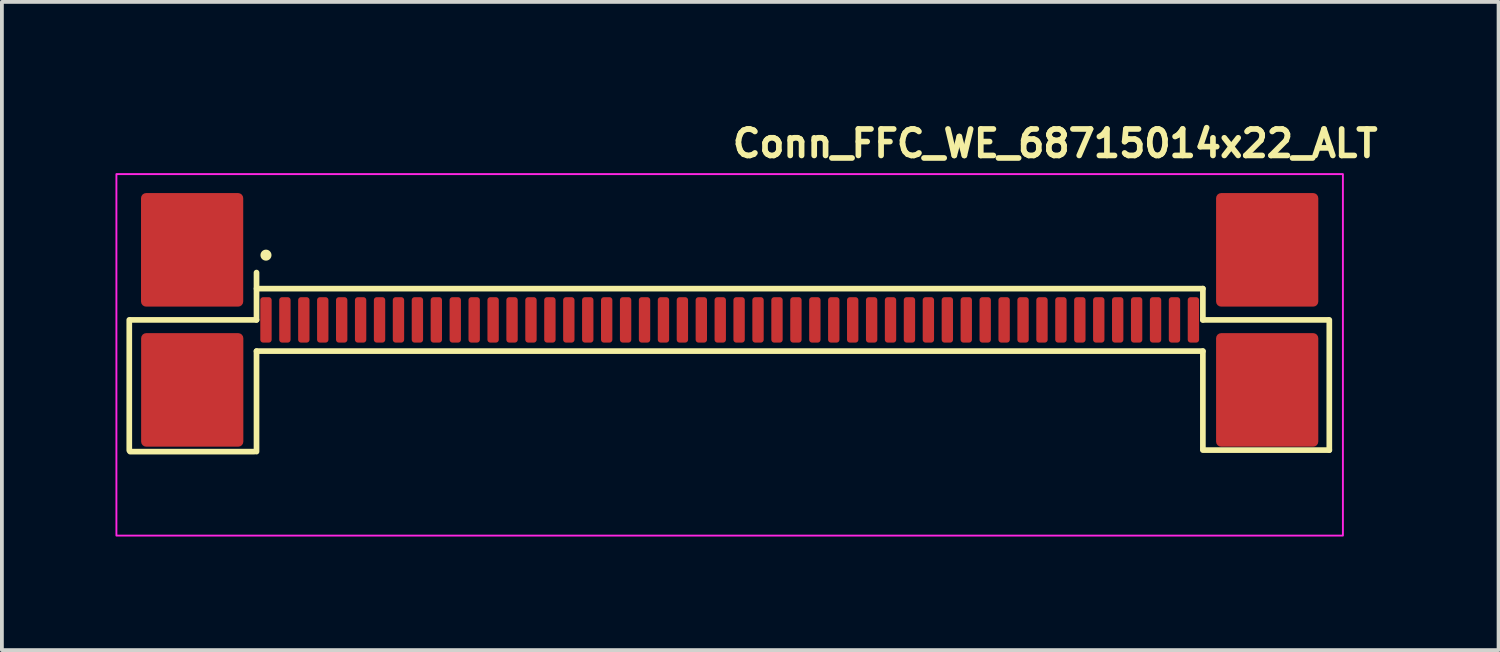
<source format=kicad_pcb>
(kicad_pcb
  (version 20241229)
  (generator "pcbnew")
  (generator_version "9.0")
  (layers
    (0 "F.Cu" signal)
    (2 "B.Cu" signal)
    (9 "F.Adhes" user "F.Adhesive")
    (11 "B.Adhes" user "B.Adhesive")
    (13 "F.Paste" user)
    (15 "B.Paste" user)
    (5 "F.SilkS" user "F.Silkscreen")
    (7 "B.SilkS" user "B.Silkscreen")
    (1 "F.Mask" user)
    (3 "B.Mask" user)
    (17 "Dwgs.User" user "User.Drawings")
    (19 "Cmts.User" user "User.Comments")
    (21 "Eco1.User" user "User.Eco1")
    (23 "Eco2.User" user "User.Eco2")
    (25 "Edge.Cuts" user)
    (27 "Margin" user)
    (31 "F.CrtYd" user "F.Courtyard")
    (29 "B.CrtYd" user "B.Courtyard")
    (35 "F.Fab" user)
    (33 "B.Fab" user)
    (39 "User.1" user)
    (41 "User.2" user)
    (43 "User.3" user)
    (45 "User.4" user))
  (footprint "Conn_FFC_WE_68715014x22_ALT"
    (layer "F.Cu")
    (at 16.226 7.55)
    (property "Reference" "Conn_FFC_WE_68715014x22_ALT" (at 0 -6.4 0) (layer "F.SilkS") (effects (font (size 0.7 0.7) (thickness 0.15)) (justify left bottom)))
    (attr smd)
    (fp_line (start -15.861 1.298) (end -15.861 -2.15) (stroke (width 0.15) (type solid)) (layer "F.SilkS"))
    (fp_line (start -15.83 -2.15) (end -12.5 -2.15) (stroke (width 0.15) (type solid)) (layer "F.SilkS"))
    (fp_line (start -12.561 1.33) (end -15.84 1.33) (stroke (width 0.15) (type solid)) (layer "F.SilkS"))
    (fp_line (start -12.5 -2.976) (end 12.499 -2.976) (stroke (width 0.15) (type solid)) (layer "F.SilkS"))
    (fp_line (start -12.5 -2.15) (end -12.5 -3.4) (stroke (width 0.15) (type solid)) (layer "F.SilkS"))
    (fp_line (start -12.5 -1.325) (end -12.5 1.33) (stroke (width 0.15) (type solid)) (layer "F.SilkS"))
    (fp_line (start -12.5 -1.325) (end 12.499 -1.325) (stroke (width 0.15) (type solid)) (layer "F.SilkS"))
    (fp_line (start 12.499 -2.15) (end 12.499 -2.976) (stroke (width 0.15) (type solid)) (layer "F.SilkS"))
    (fp_line (start 12.499 -1.325) (end 12.499 1.259) (stroke (width 0.15) (type solid)) (layer "F.SilkS"))
    (fp_line (start 12.499 1.29) (end 15.839 1.29) (stroke (width 0.15) (type solid)) (layer "F.SilkS"))
    (fp_line (start 15.81 -2.15) (end 12.499 -2.15) (stroke (width 0.15) (type solid)) (layer "F.SilkS"))
    (fp_line (start 15.839 1.29) (end 15.839 -2.15) (stroke (width 0.15) (type solid)) (layer "F.SilkS"))
    (fp_circle (center -12.25 -3.86) (end -12.2 -3.81) (stroke (width 0.15) (type solid)) (fill yes) (layer "F.SilkS"))
    (fp_rect (start -16.201 -6.001) (end 16.198 3.548) (stroke (width 0.05) (type solid)) (fill no) (layer "F.CrtYd"))
    (fp_rect (start -15.701 -2.551) (end 15.698 2.548) (stroke (width 0.1) (type solid)) (fill no) (layer "User.5"))
    (fp_line (start -15.701 1.249) (end 15.698 1.249) (stroke (width 0.02) (type solid)) (layer "User.9"))
    (fp_line (start -15.701 2.45) (end -15.701 1.249) (stroke (width 0.02) (type solid)) (layer "User.9"))
    (fp_line (start -15.701 2.454) (end -15.701 2.45) (stroke (width 0.02) (type solid)) (layer "User.9"))
    (fp_line (start -15.701 2.454) (end -15.701 2.45) (stroke (width 0.02) (type solid)) (layer "User.9"))
    (fp_line (start -15.701 2.459) (end -15.701 2.454) (stroke (width 0.02) (type solid)) (layer "User.9"))
    (fp_line (start -15.701 2.459) (end -15.701 2.454) (stroke (width 0.02) (type solid)) (layer "User.9"))
    (fp_line (start -15.701 2.463) (end -15.701 2.459) (stroke (width 0.02) (type solid)) (layer "User.9"))
    (fp_line (start -15.701 2.463) (end -15.701 2.459) (stroke (width 0.02) (type solid)) (layer "User.9"))
    (fp_line (start -15.699 2.468) (end -15.701 2.463) (stroke (width 0.02) (type solid)) (layer "User.9"))
    (fp_line (start -15.699 2.468) (end -15.701 2.463) (stroke (width 0.02) (type solid)) (layer "User.9"))
    (fp_line (start -15.699 2.474) (end -15.699 2.468) (stroke (width 0.02) (type solid)) (layer "User.9"))
    (fp_line (start -15.699 2.474) (end -15.699 2.468) (stroke (width 0.02) (type solid)) (layer "User.9"))
    (fp_line (start -15.696 2.479) (end -15.699 2.474) (stroke (width 0.02) (type solid)) (layer "User.9"))
    (fp_line (start -15.696 2.479) (end -15.699 2.474) (stroke (width 0.02) (type solid)) (layer "User.9"))
    (fp_line (start -15.695 2.483) (end -15.696 2.479) (stroke (width 0.02) (type solid)) (layer "User.9"))
    (fp_line (start -15.695 2.483) (end -15.696 2.479) (stroke (width 0.02) (type solid)) (layer "User.9"))
    (fp_line (start -15.693 2.487) (end -15.695 2.483) (stroke (width 0.02) (type solid)) (layer "User.9"))
    (fp_line (start -15.693 2.487) (end -15.695 2.483) (stroke (width 0.02) (type solid)) (layer "User.9"))
    (fp_line (start -15.692 2.491) (end -15.693 2.487) (stroke (width 0.02) (type solid)) (layer "User.9"))
    (fp_line (start -15.692 2.491) (end -15.693 2.487) (stroke (width 0.02) (type solid)) (layer "User.9"))
    (fp_line (start -15.689 2.496) (end -15.692 2.491) (stroke (width 0.02) (type solid)) (layer "User.9"))
    (fp_line (start -15.689 2.496) (end -15.692 2.491) (stroke (width 0.02) (type solid)) (layer "User.9"))
    (fp_line (start -15.686 2.5) (end -15.689 2.496) (stroke (width 0.02) (type solid)) (layer "User.9"))
    (fp_line (start -15.686 2.5) (end -15.689 2.496) (stroke (width 0.02) (type solid)) (layer "User.9"))
    (fp_line (start -15.683 2.504) (end -15.686 2.5) (stroke (width 0.02) (type solid)) (layer "User.9"))
    (fp_line (start -15.683 2.504) (end -15.686 2.5) (stroke (width 0.02) (type solid)) (layer "User.9"))
    (fp_line (start -15.682 2.508) (end -15.683 2.504) (stroke (width 0.02) (type solid)) (layer "User.9"))
    (fp_line (start -15.682 2.508) (end -15.683 2.504) (stroke (width 0.02) (type solid)) (layer "User.9"))
    (fp_line (start -15.679 2.512) (end -15.682 2.508) (stroke (width 0.02) (type solid)) (layer "User.9"))
    (fp_line (start -15.679 2.512) (end -15.682 2.508) (stroke (width 0.02) (type solid)) (layer "User.9"))
    (fp_line (start -15.674 2.515) (end -15.679 2.512) (stroke (width 0.02) (type solid)) (layer "User.9"))
    (fp_line (start -15.674 2.515) (end -15.679 2.512) (stroke (width 0.02) (type solid)) (layer "User.9"))
    (fp_line (start -15.672 2.519) (end -15.674 2.515) (stroke (width 0.02) (type solid)) (layer "User.9"))
    (fp_line (start -15.672 2.519) (end -15.674 2.515) (stroke (width 0.02) (type solid)) (layer "User.9"))
    (fp_line (start -15.667 2.523) (end -15.672 2.519) (stroke (width 0.02) (type solid)) (layer "User.9"))
    (fp_line (start -15.667 2.523) (end -15.672 2.519) (stroke (width 0.02) (type solid)) (layer "User.9"))
    (fp_line (start -15.664 2.527) (end -15.667 2.523) (stroke (width 0.02) (type solid)) (layer "User.9"))
    (fp_line (start -15.664 2.527) (end -15.667 2.523) (stroke (width 0.02) (type solid)) (layer "User.9"))
    (fp_line (start -15.66 2.53) (end -15.664 2.527) (stroke (width 0.02) (type solid)) (layer "User.9"))
    (fp_line (start -15.66 2.53) (end -15.664 2.527) (stroke (width 0.02) (type solid)) (layer "User.9"))
    (fp_line (start -15.657 2.531) (end -15.66 2.53) (stroke (width 0.02) (type solid)) (layer "User.9"))
    (fp_line (start -15.657 2.531) (end -15.66 2.53) (stroke (width 0.02) (type solid)) (layer "User.9"))
    (fp_line (start -15.653 2.535) (end -15.657 2.531) (stroke (width 0.02) (type solid)) (layer "User.9"))
    (fp_line (start -15.653 2.535) (end -15.657 2.531) (stroke (width 0.02) (type solid)) (layer "User.9"))
    (fp_line (start -15.648 2.538) (end -15.653 2.535) (stroke (width 0.02) (type solid)) (layer "User.9"))
    (fp_line (start -15.648 2.538) (end -15.653 2.535) (stroke (width 0.02) (type solid)) (layer "User.9"))
    (fp_line (start -15.644 2.539) (end -15.648 2.538) (stroke (width 0.02) (type solid)) (layer "User.9"))
    (fp_line (start -15.644 2.539) (end -15.648 2.538) (stroke (width 0.02) (type solid)) (layer "User.9"))
    (fp_line (start -15.64 2.542) (end -15.644 2.539) (stroke (width 0.02) (type solid)) (layer "User.9"))
    (fp_line (start -15.64 2.542) (end -15.644 2.539) (stroke (width 0.02) (type solid)) (layer "User.9"))
    (fp_line (start -15.635 2.543) (end -15.64 2.542) (stroke (width 0.02) (type solid)) (layer "User.9"))
    (fp_line (start -15.635 2.543) (end -15.64 2.542) (stroke (width 0.02) (type solid)) (layer "User.9"))
    (fp_line (start -15.631 2.544) (end -15.635 2.543) (stroke (width 0.02) (type solid)) (layer "User.9"))
    (fp_line (start -15.631 2.544) (end -15.635 2.543) (stroke (width 0.02) (type solid)) (layer "User.9"))
    (fp_line (start -15.625 2.547) (end -15.631 2.544) (stroke (width 0.02) (type solid)) (layer "User.9"))
    (fp_line (start -15.625 2.547) (end -15.631 2.544) (stroke (width 0.02) (type solid)) (layer "User.9"))
    (fp_line (start -15.621 2.547) (end -15.625 2.547) (stroke (width 0.02) (type solid)) (layer "User.9"))
    (fp_line (start -15.621 2.547) (end -15.625 2.547) (stroke (width 0.02) (type solid)) (layer "User.9"))
    (fp_line (start -15.615 2.548) (end -15.621 2.547) (stroke (width 0.02) (type solid)) (layer "User.9"))
    (fp_line (start -15.615 2.548) (end -15.621 2.547) (stroke (width 0.02) (type solid)) (layer "User.9"))
    (fp_line (start -15.611 2.548) (end -15.615 2.548) (stroke (width 0.02) (type solid)) (layer "User.9"))
    (fp_line (start -15.611 2.548) (end -15.615 2.548) (stroke (width 0.02) (type solid)) (layer "User.9"))
    (fp_line (start -15.606 2.548) (end -15.611 2.548) (stroke (width 0.02) (type solid)) (layer "User.9"))
    (fp_line (start -15.606 2.548) (end -15.611 2.548) (stroke (width 0.02) (type solid)) (layer "User.9"))
    (fp_line (start -15.6 2.548) (end -15.606 2.548) (stroke (width 0.02) (type solid)) (layer "User.9"))
    (fp_line (start -15.6 2.548) (end -15.606 2.548) (stroke (width 0.02) (type solid)) (layer "User.9"))
    (fp_line (start -15.6 2.548) (end 15.598 2.548) (stroke (width 0.02) (type solid)) (layer "User.9"))
    (fp_line (start -15.532 -0.359) (end -15.532 -0.355) (stroke (width 0.02) (type solid)) (layer "User.9"))
    (fp_line (start -15.532 -0.355) (end -15.532 -0.351) (stroke (width 0.02) (type solid)) (layer "User.9"))
    (fp_line (start -15.532 -0.351) (end -15.532 -0.346) (stroke (width 0.02) (type solid)) (layer "User.9"))
    (fp_line (start -15.532 -0.346) (end -15.531 -0.341) (stroke (width 0.02) (type solid)) (layer "User.9"))
    (fp_line (start -15.531 -1.262) (end -15.531 -1.262) (stroke (width 0.02) (type solid)) (layer "User.9"))
    (fp_line (start -15.531 -1.262) (end -15.531 -1.256) (stroke (width 0.02) (type solid)) (layer "User.9"))
    (fp_line (start -15.531 -1.256) (end -15.531 -1.252) (stroke (width 0.02) (type solid)) (layer "User.9"))
    (fp_line (start -15.531 -1.252) (end -15.531 -1.248) (stroke (width 0.02) (type solid)) (layer "User.9"))
    (fp_line (start -15.531 -1.248) (end -15.531 -1.242) (stroke (width 0.02) (type solid)) (layer "User.9"))
    (fp_line (start -15.531 -1.242) (end -15.531 -1.238) (stroke (width 0.02) (type solid)) (layer "User.9"))
    (fp_line (start -15.531 -1.238) (end -15.529 -1.234) (stroke (width 0.02) (type solid)) (layer "User.9"))
    (fp_line (start -15.531 -0.364) (end -15.532 -0.359) (stroke (width 0.02) (type solid)) (layer "User.9"))
    (fp_line (start -15.531 -0.341) (end -15.531 -0.341) (stroke (width 0.02) (type solid)) (layer "User.9"))
    (fp_line (start -15.531 -0.341) (end -15.531 -0.337) (stroke (width 0.02) (type solid)) (layer "User.9"))
    (fp_line (start -15.531 -0.337) (end -15.529 -0.332) (stroke (width 0.02) (type solid)) (layer "User.9"))
    (fp_line (start -15.529 -1.27) (end -15.529 -1.266) (stroke (width 0.02) (type solid)) (layer "User.9"))
    (fp_line (start -15.529 -1.266) (end -15.531 -1.262) (stroke (width 0.02) (type solid)) (layer "User.9"))
    (fp_line (start -15.529 -1.234) (end -15.529 -1.228) (stroke (width 0.02) (type solid)) (layer "User.9"))
    (fp_line (start -15.529 -1.228) (end -15.528 -1.224) (stroke (width 0.02) (type solid)) (layer "User.9"))
    (fp_line (start -15.529 -0.373) (end -15.529 -0.368) (stroke (width 0.02) (type solid)) (layer "User.9"))
    (fp_line (start -15.529 -0.368) (end -15.531 -0.364) (stroke (width 0.02) (type solid)) (layer "User.9"))
    (fp_line (start -15.529 -0.332) (end -15.529 -0.327) (stroke (width 0.02) (type solid)) (layer "User.9"))
    (fp_line (start -15.529 -0.327) (end -15.528 -0.323) (stroke (width 0.02) (type solid)) (layer "User.9"))
    (fp_line (start -15.528 -1.276) (end -15.529 -1.27) (stroke (width 0.02) (type solid)) (layer "User.9"))
    (fp_line (start -15.528 -1.224) (end -15.526 -1.22) (stroke (width 0.02) (type solid)) (layer "User.9"))
    (fp_line (start -15.528 -0.377) (end -15.529 -0.373) (stroke (width 0.02) (type solid)) (layer "User.9"))
    (fp_line (start -15.528 -0.323) (end -15.526 -0.317) (stroke (width 0.02) (type solid)) (layer "User.9"))
    (fp_line (start -15.526 -1.285) (end -15.526 -1.28) (stroke (width 0.02) (type solid)) (layer "User.9"))
    (fp_line (start -15.526 -1.28) (end -15.528 -1.276) (stroke (width 0.02) (type solid)) (layer "User.9"))
    (fp_line (start -15.526 -1.22) (end -15.525 -1.216) (stroke (width 0.02) (type solid)) (layer "User.9"))
    (fp_line (start -15.526 -0.387) (end -15.526 -0.382) (stroke (width 0.02) (type solid)) (layer "User.9"))
    (fp_line (start -15.526 -0.382) (end -15.528 -0.377) (stroke (width 0.02) (type solid)) (layer "User.9"))
    (fp_line (start -15.526 -0.317) (end -15.525 -0.313) (stroke (width 0.02) (type solid)) (layer "User.9"))
    (fp_line (start -15.525 -1.216) (end -15.522 -1.212) (stroke (width 0.02) (type solid)) (layer "User.9"))
    (fp_line (start -15.525 -0.313) (end -15.522 -0.309) (stroke (width 0.02) (type solid)) (layer "User.9"))
    (fp_line (start -15.523 -1.289) (end -15.526 -1.285) (stroke (width 0.02) (type solid)) (layer "User.9"))
    (fp_line (start -15.523 -0.391) (end -15.526 -0.387) (stroke (width 0.02) (type solid)) (layer "User.9"))
    (fp_line (start -15.522 -1.293) (end -15.523 -1.289) (stroke (width 0.02) (type solid)) (layer "User.9"))
    (fp_line (start -15.522 -1.212) (end -15.52 -1.208) (stroke (width 0.02) (type solid)) (layer "User.9"))
    (fp_line (start -15.522 -0.395) (end -15.523 -0.391) (stroke (width 0.02) (type solid)) (layer "User.9"))
    (fp_line (start -15.522 -0.309) (end -15.52 -0.305) (stroke (width 0.02) (type solid)) (layer "User.9"))
    (fp_line (start -15.52 -1.208) (end -15.519 -1.204) (stroke (width 0.02) (type solid)) (layer "User.9"))
    (fp_line (start -15.52 -0.305) (end -15.519 -0.301) (stroke (width 0.02) (type solid)) (layer "User.9"))
    (fp_line (start -15.519 -1.297) (end -15.522 -1.293) (stroke (width 0.02) (type solid)) (layer "User.9"))
    (fp_line (start -15.519 -1.204) (end -15.516 -1.2) (stroke (width 0.02) (type solid)) (layer "User.9"))
    (fp_line (start -15.519 -0.399) (end -15.522 -0.395) (stroke (width 0.02) (type solid)) (layer "User.9"))
    (fp_line (start -15.519 -0.301) (end -15.516 -0.297) (stroke (width 0.02) (type solid)) (layer "User.9"))
    (fp_line (start -15.517 -1.301) (end -15.519 -1.297) (stroke (width 0.02) (type solid)) (layer "User.9"))
    (fp_line (start -15.517 -0.403) (end -15.519 -0.399) (stroke (width 0.02) (type solid)) (layer "User.9"))
    (fp_line (start -15.516 -1.305) (end -15.517 -1.301) (stroke (width 0.02) (type solid)) (layer "User.9"))
    (fp_line (start -15.516 -1.2) (end -15.515 -1.196) (stroke (width 0.02) (type solid)) (layer "User.9"))
    (fp_line (start -15.516 -0.297) (end -15.513 -0.293) (stroke (width 0.02) (type solid)) (layer "User.9"))
    (fp_line (start -15.515 -1.196) (end -15.512 -1.192) (stroke (width 0.02) (type solid)) (layer "User.9"))
    (fp_line (start -15.515 -0.407) (end -15.517 -0.403) (stroke (width 0.02) (type solid)) (layer "User.9"))
    (fp_line (start -15.513 -1.309) (end -15.516 -1.305) (stroke (width 0.02) (type solid)) (layer "User.9"))
    (fp_line (start -15.513 -0.411) (end -15.515 -0.407) (stroke (width 0.02) (type solid)) (layer "User.9"))
    (fp_line (start -15.513 -0.293) (end -15.51 -0.289) (stroke (width 0.02) (type solid)) (layer "User.9"))
    (fp_line (start -15.512 -1.192) (end -15.509 -1.188) (stroke (width 0.02) (type solid)) (layer "User.9"))
    (fp_line (start -15.51 -1.313) (end -15.513 -1.309) (stroke (width 0.02) (type solid)) (layer "User.9"))
    (fp_line (start -15.51 -0.414) (end -15.513 -0.411) (stroke (width 0.02) (type solid)) (layer "User.9"))
    (fp_line (start -15.51 -0.289) (end -15.507 -0.287) (stroke (width 0.02) (type solid)) (layer "User.9"))
    (fp_line (start -15.509 -1.188) (end -15.506 -1.184) (stroke (width 0.02) (type solid)) (layer "User.9"))
    (fp_line (start -15.507 -1.315) (end -15.51 -1.313) (stroke (width 0.02) (type solid)) (layer "User.9"))
    (fp_line (start -15.507 -0.287) (end -15.504 -0.284) (stroke (width 0.02) (type solid)) (layer "User.9"))
    (fp_line (start -15.506 -1.184) (end -15.503 -1.182) (stroke (width 0.02) (type solid)) (layer "User.9"))
    (fp_line (start -15.506 -0.417) (end -15.51 -0.414) (stroke (width 0.02) (type solid)) (layer "User.9"))
    (fp_line (start -15.504 -1.319) (end -15.507 -1.315) (stroke (width 0.02) (type solid)) (layer "User.9"))
    (fp_line (start -15.504 -0.284) (end -15.501 -0.28) (stroke (width 0.02) (type solid)) (layer "User.9"))
    (fp_line (start -15.503 -1.182) (end -15.5 -1.178) (stroke (width 0.02) (type solid)) (layer "User.9"))
    (fp_line (start -15.503 -0.42) (end -15.506 -0.417) (stroke (width 0.02) (type solid)) (layer "User.9"))
    (fp_line (start -15.501 -1.323) (end -15.504 -1.319) (stroke (width 0.02) (type solid)) (layer "User.9"))
    (fp_line (start -15.501 -0.28) (end -15.499 -0.277) (stroke (width 0.02) (type solid)) (layer "User.9"))
    (fp_line (start -15.5 -1.178) (end -15.497 -1.176) (stroke (width 0.02) (type solid)) (layer "User.9"))
    (fp_line (start -15.5 -0.423) (end -15.503 -0.42) (stroke (width 0.02) (type solid)) (layer "User.9"))
    (fp_line (start -15.499 -0.277) (end -15.496 -0.274) (stroke (width 0.02) (type solid)) (layer "User.9"))
    (fp_line (start -15.497 -1.325) (end -15.501 -1.323) (stroke (width 0.02) (type solid)) (layer "User.9"))
    (fp_line (start -15.497 -1.176) (end -15.494 -1.172) (stroke (width 0.02) (type solid)) (layer "User.9"))
    (fp_line (start -15.497 -0.426) (end -15.5 -0.423) (stroke (width 0.02) (type solid)) (layer "User.9"))
    (fp_line (start -15.496 -0.274) (end -15.491 -0.272) (stroke (width 0.02) (type solid)) (layer "User.9"))
    (fp_line (start -15.494 -1.329) (end -15.497 -1.325) (stroke (width 0.02) (type solid)) (layer "User.9"))
    (fp_line (start -15.494 -1.172) (end -15.49 -1.17) (stroke (width 0.02) (type solid)) (layer "User.9"))
    (fp_line (start -15.494 -0.429) (end -15.497 -0.426) (stroke (width 0.02) (type solid)) (layer "User.9"))
    (fp_line (start -15.491 -1.331) (end -15.494 -1.329) (stroke (width 0.02) (type solid)) (layer "User.9"))
    (fp_line (start -15.491 -0.272) (end -15.487 -0.269) (stroke (width 0.02) (type solid)) (layer "User.9"))
    (fp_line (start -15.49 -1.17) (end -15.486 -1.168) (stroke (width 0.02) (type solid)) (layer "User.9"))
    (fp_line (start -15.49 -0.432) (end -15.494 -0.429) (stroke (width 0.02) (type solid)) (layer "User.9"))
    (fp_line (start -15.487 -1.333) (end -15.491 -1.331) (stroke (width 0.02) (type solid)) (layer "User.9"))
    (fp_line (start -15.487 -0.434) (end -15.49 -0.432) (stroke (width 0.02) (type solid)) (layer "User.9"))
    (fp_line (start -15.487 -0.269) (end -15.484 -0.266) (stroke (width 0.02) (type solid)) (layer "User.9"))
    (fp_line (start -15.486 -1.168) (end -15.481 -1.164) (stroke (width 0.02) (type solid)) (layer "User.9"))
    (fp_line (start -15.484 -1.337) (end -15.487 -1.333) (stroke (width 0.02) (type solid)) (layer "User.9"))
    (fp_line (start -15.484 -0.266) (end -15.481 -0.264) (stroke (width 0.02) (type solid)) (layer "User.9"))
    (fp_line (start -15.483 -0.437) (end -15.487 -0.434) (stroke (width 0.02) (type solid)) (layer "User.9"))
    (fp_line (start -15.481 -1.164) (end -15.477 -1.162) (stroke (width 0.02) (type solid)) (layer "User.9"))
    (fp_line (start -15.481 -0.264) (end -15.477 -0.262) (stroke (width 0.02) (type solid)) (layer "User.9"))
    (fp_line (start -15.48 -1.339) (end -15.484 -1.337) (stroke (width 0.02) (type solid)) (layer "User.9"))
    (fp_line (start -15.478 -0.439) (end -15.483 -0.437) (stroke (width 0.02) (type solid)) (layer "User.9"))
    (fp_line (start -15.477 -1.162) (end -15.474 -1.16) (stroke (width 0.02) (type solid)) (layer "User.9"))
    (fp_line (start -15.477 -0.262) (end -15.472 -0.26) (stroke (width 0.02) (type solid)) (layer "User.9"))
    (fp_line (start -15.475 -1.341) (end -15.48 -1.339) (stroke (width 0.02) (type solid)) (layer "User.9"))
    (fp_line (start -15.474 -1.16) (end -15.47 -1.158) (stroke (width 0.02) (type solid)) (layer "User.9"))
    (fp_line (start -15.474 -0.441) (end -15.478 -0.439) (stroke (width 0.02) (type solid)) (layer "User.9"))
    (fp_line (start -15.472 -0.26) (end -15.468 -0.258) (stroke (width 0.02) (type solid)) (layer "User.9"))
    (fp_line (start -15.471 -1.343) (end -15.475 -1.341) (stroke (width 0.02) (type solid)) (layer "User.9"))
    (fp_line (start -15.47 -1.158) (end -15.465 -1.156) (stroke (width 0.02) (type solid)) (layer "User.9"))
    (fp_line (start -15.47 -0.443) (end -15.474 -0.441) (stroke (width 0.02) (type solid)) (layer "User.9"))
    (fp_line (start -15.468 -1.345) (end -15.471 -1.343) (stroke (width 0.02) (type solid)) (layer "User.9"))
    (fp_line (start -15.468 -0.258) (end -15.464 -0.256) (stroke (width 0.02) (type solid)) (layer "User.9"))
    (fp_line (start -15.465 -1.156) (end -15.461 -1.156) (stroke (width 0.02) (type solid)) (layer "User.9"))
    (fp_line (start -15.465 -0.445) (end -15.47 -0.443) (stroke (width 0.02) (type solid)) (layer "User.9"))
    (fp_line (start -15.464 -1.345) (end -15.468 -1.345) (stroke (width 0.02) (type solid)) (layer "User.9"))
    (fp_line (start -15.464 -0.256) (end -15.459 -0.254) (stroke (width 0.02) (type solid)) (layer "User.9"))
    (fp_line (start -15.461 -1.156) (end -15.456 -1.154) (stroke (width 0.02) (type solid)) (layer "User.9"))
    (fp_line (start -15.461 -0.446) (end -15.465 -0.445) (stroke (width 0.02) (type solid)) (layer "User.9"))
    (fp_line (start -15.459 -0.254) (end -15.455 -0.253) (stroke (width 0.02) (type solid)) (layer "User.9"))
    (fp_line (start -15.458 -1.347) (end -15.464 -1.345) (stroke (width 0.02) (type solid)) (layer "User.9"))
    (fp_line (start -15.456 -1.154) (end -15.452 -1.154) (stroke (width 0.02) (type solid)) (layer "User.9"))
    (fp_line (start -15.456 -0.447) (end -15.461 -0.446) (stroke (width 0.02) (type solid)) (layer "User.9"))
    (fp_line (start -15.455 -1.349) (end -15.458 -1.347) (stroke (width 0.02) (type solid)) (layer "User.9"))
    (fp_line (start -15.455 -0.253) (end -15.451 -0.252) (stroke (width 0.02) (type solid)) (layer "User.9"))
    (fp_line (start -15.452 -1.154) (end -15.151 -1.091) (stroke (width 0.02) (type solid)) (layer "User.9"))
    (fp_line (start -15.452 -0.448) (end -15.456 -0.447) (stroke (width 0.02) (type solid)) (layer "User.9"))
    (fp_line (start -15.451 -0.252) (end -15.445 -0.251) (stroke (width 0.02) (type solid)) (layer "User.9"))
    (fp_line (start -15.449 -1.349) (end -15.455 -1.349) (stroke (width 0.02) (type solid)) (layer "User.9"))
    (fp_line (start -15.445 -1.349) (end -15.449 -1.349) (stroke (width 0.02) (type solid)) (layer "User.9"))
    (fp_line (start -15.445 -0.251) (end -15.442 -0.251) (stroke (width 0.02) (type solid)) (layer "User.9"))
    (fp_line (start -15.442 -0.251) (end -15.436 -0.251) (stroke (width 0.02) (type solid)) (layer "User.9"))
    (fp_line (start -15.44 -1.351) (end -15.445 -1.349) (stroke (width 0.02) (type solid)) (layer "User.9"))
    (fp_line (start -15.436 -1.351) (end -15.44 -1.351) (stroke (width 0.02) (type solid)) (layer "User.9"))
    (fp_line (start -15.436 -0.251) (end -15.432 -0.25) (stroke (width 0.02) (type solid)) (layer "User.9"))
    (fp_line (start -15.432 -0.25) (end -15.151 -0.25) (stroke (width 0.02) (type solid)) (layer "User.9"))
    (fp_line (start -15.43 -1.351) (end -15.436 -1.351) (stroke (width 0.02) (type solid)) (layer "User.9"))
    (fp_line (start -15.43 -1.351) (end -15.151 -1.351) (stroke (width 0.02) (type solid)) (layer "User.9"))
    (fp_line (start -15.401 1.249) (end -15.388 1.249) (stroke (width 0.02) (type solid)) (layer "User.9"))
    (fp_line (start -15.388 1.249) (end -15.376 1.247) (stroke (width 0.02) (type solid)) (layer "User.9"))
    (fp_line (start -15.376 1.247) (end -15.365 1.247) (stroke (width 0.02) (type solid)) (layer "User.9"))
    (fp_line (start -15.365 1.247) (end -15.352 1.243) (stroke (width 0.02) (type solid)) (layer "User.9"))
    (fp_line (start -15.352 1.243) (end -15.34 1.241) (stroke (width 0.02) (type solid)) (layer "User.9"))
    (fp_line (start -15.34 1.241) (end -15.329 1.237) (stroke (width 0.02) (type solid)) (layer "User.9"))
    (fp_line (start -15.329 1.237) (end -15.317 1.235) (stroke (width 0.02) (type solid)) (layer "User.9"))
    (fp_line (start -15.317 1.235) (end -15.305 1.229) (stroke (width 0.02) (type solid)) (layer "User.9"))
    (fp_line (start -15.305 1.229) (end -15.295 1.225) (stroke (width 0.02) (type solid)) (layer "User.9"))
    (fp_line (start -15.295 1.225) (end -15.283 1.219) (stroke (width 0.02) (type solid)) (layer "User.9"))
    (fp_line (start -15.283 1.219) (end -15.272 1.213) (stroke (width 0.02) (type solid)) (layer "User.9"))
    (fp_line (start -15.272 1.213) (end -15.263 1.207) (stroke (width 0.02) (type solid)) (layer "User.9"))
    (fp_line (start -15.263 1.207) (end -15.253 1.199) (stroke (width 0.02) (type solid)) (layer "User.9"))
    (fp_line (start -15.253 1.199) (end -15.243 1.193) (stroke (width 0.02) (type solid)) (layer "User.9"))
    (fp_line (start -15.243 1.193) (end -15.234 1.185) (stroke (width 0.02) (type solid)) (layer "User.9"))
    (fp_line (start -15.234 1.185) (end -15.224 1.175) (stroke (width 0.02) (type solid)) (layer "User.9"))
    (fp_line (start -15.224 1.175) (end -15.224 1.175) (stroke (width 0.02) (type solid)) (layer "User.9"))
    (fp_line (start -15.224 1.175) (end -15.215 1.167) (stroke (width 0.02) (type solid)) (layer "User.9"))
    (fp_line (start -15.215 1.167) (end -15.208 1.157) (stroke (width 0.02) (type solid)) (layer "User.9"))
    (fp_line (start -15.208 1.157) (end -15.201 1.148) (stroke (width 0.02) (type solid)) (layer "User.9"))
    (fp_line (start -15.201 1.148) (end -15.193 1.138) (stroke (width 0.02) (type solid)) (layer "User.9"))
    (fp_line (start -15.193 1.138) (end -15.186 1.128) (stroke (width 0.02) (type solid)) (layer "User.9"))
    (fp_line (start -15.186 1.128) (end -15.18 1.116) (stroke (width 0.02) (type solid)) (layer "User.9"))
    (fp_line (start -15.18 1.116) (end -15.176 1.106) (stroke (width 0.02) (type solid)) (layer "User.9"))
    (fp_line (start -15.176 1.106) (end -15.17 1.094) (stroke (width 0.02) (type solid)) (layer "User.9"))
    (fp_line (start -15.17 1.094) (end -15.166 1.084) (stroke (width 0.02) (type solid)) (layer "User.9"))
    (fp_line (start -15.166 1.084) (end -15.163 1.072) (stroke (width 0.02) (type solid)) (layer "User.9"))
    (fp_line (start -15.163 1.072) (end -15.158 1.06) (stroke (width 0.02) (type solid)) (layer "User.9"))
    (fp_line (start -15.158 1.06) (end -15.157 1.048) (stroke (width 0.02) (type solid)) (layer "User.9"))
    (fp_line (start -15.157 1.048) (end -15.154 1.036) (stroke (width 0.02) (type solid)) (layer "User.9"))
    (fp_line (start -15.154 1.036) (end -15.153 1.024) (stroke (width 0.02) (type solid)) (layer "User.9"))
    (fp_line (start -15.153 1.024) (end -15.151 1.011) (stroke (width 0.02) (type solid)) (layer "User.9"))
    (fp_line (start -15.151 -1.75) (end -15.151 0.998) (stroke (width 0.02) (type solid)) (layer "User.9"))
    (fp_line (start -15.151 -1.75) (end -14.701 -1.75) (stroke (width 0.02) (type solid)) (layer "User.9"))
    (fp_line (start -15.151 -0.511) (end -15.452 -0.448) (stroke (width 0.02) (type solid)) (layer "User.9"))
    (fp_line (start -15.151 1.011) (end -15.151 0.998) (stroke (width 0.02) (type solid)) (layer "User.9"))
    (fp_line (start -14.701 -1.75) (end -14.701 1.249) (stroke (width 0.02) (type solid)) (layer "User.9"))
    (fp_line (start -14.701 -1.75) (end -13.93 -1.75) (stroke (width 0.02) (type solid)) (layer "User.9"))
    (fp_line (start -14.531 0.748) (end -14.531 -1.351) (stroke (width 0.02) (type solid)) (layer "User.9"))
    (fp_line (start -14.131 -0.71) (end -14.129 -0.72) (stroke (width 0.02) (type solid)) (layer "User.9"))
    (fp_line (start -14.131 -0.702) (end -14.131 -0.71) (stroke (width 0.02) (type solid)) (layer "User.9"))
    (fp_line (start -14.131 -0.692) (end -14.131 -0.702) (stroke (width 0.02) (type solid)) (layer "User.9"))
    (fp_line (start -14.129 -0.72) (end -14.128 -0.729) (stroke (width 0.02) (type solid)) (layer "User.9"))
    (fp_line (start -14.129 -0.682) (end -14.131 -0.692) (stroke (width 0.02) (type solid)) (layer "User.9"))
    (fp_line (start -14.128 -0.729) (end -14.125 -0.739) (stroke (width 0.02) (type solid)) (layer "User.9"))
    (fp_line (start -14.128 -0.673) (end -14.129 -0.682) (stroke (width 0.02) (type solid)) (layer "User.9"))
    (fp_line (start -14.125 -0.739) (end -14.124 -0.748) (stroke (width 0.02) (type solid)) (layer "User.9"))
    (fp_line (start -14.125 -0.663) (end -14.128 -0.673) (stroke (width 0.02) (type solid)) (layer "User.9"))
    (fp_line (start -14.124 -0.748) (end -14.119 -0.758) (stroke (width 0.02) (type solid)) (layer "User.9"))
    (fp_line (start -14.124 -0.654) (end -14.125 -0.663) (stroke (width 0.02) (type solid)) (layer "User.9"))
    (fp_line (start -14.119 -0.758) (end -14.115 -0.767) (stroke (width 0.02) (type solid)) (layer "User.9"))
    (fp_line (start -14.119 -0.644) (end -14.124 -0.654) (stroke (width 0.02) (type solid)) (layer "User.9"))
    (fp_line (start -14.115 -0.767) (end -14.11 -0.776) (stroke (width 0.02) (type solid)) (layer "User.9"))
    (fp_line (start -14.115 -0.634) (end -14.119 -0.644) (stroke (width 0.02) (type solid)) (layer "User.9"))
    (fp_line (start -14.11 -0.776) (end -14.11 -0.776) (stroke (width 0.02) (type solid)) (layer "User.9"))
    (fp_line (start -14.11 -0.776) (end -14.109 -0.781) (stroke (width 0.02) (type solid)) (layer "User.9"))
    (fp_line (start -14.11 -0.625) (end -14.115 -0.634) (stroke (width 0.02) (type solid)) (layer "User.9"))
    (fp_line (start -14.11 -0.625) (end -14.11 -0.625) (stroke (width 0.02) (type solid)) (layer "User.9"))
    (fp_line (start -14.109 -0.781) (end -14.106 -0.785) (stroke (width 0.02) (type solid)) (layer "User.9"))
    (fp_line (start -14.106 -0.785) (end -14.103 -0.789) (stroke (width 0.02) (type solid)) (layer "User.9"))
    (fp_line (start -14.106 -0.617) (end -14.11 -0.625) (stroke (width 0.02) (type solid)) (layer "User.9"))
    (fp_line (start -14.103 -0.789) (end -14.099 -0.793) (stroke (width 0.02) (type solid)) (layer "User.9"))
    (fp_line (start -14.099 -0.793) (end -14.096 -0.797) (stroke (width 0.02) (type solid)) (layer "User.9"))
    (fp_line (start -14.099 -0.609) (end -14.106 -0.617) (stroke (width 0.02) (type solid)) (layer "User.9"))
    (fp_line (start -14.096 -0.797) (end -14.093 -0.801) (stroke (width 0.02) (type solid)) (layer "User.9"))
    (fp_line (start -14.093 -0.801) (end -14.09 -0.804) (stroke (width 0.02) (type solid)) (layer "User.9"))
    (fp_line (start -14.093 -0.601) (end -14.099 -0.609) (stroke (width 0.02) (type solid)) (layer "User.9"))
    (fp_line (start -14.09 -0.804) (end -14.087 -0.808) (stroke (width 0.02) (type solid)) (layer "User.9"))
    (fp_line (start -14.087 -0.808) (end -14.083 -0.811) (stroke (width 0.02) (type solid)) (layer "User.9"))
    (fp_line (start -14.087 -0.594) (end -14.093 -0.601) (stroke (width 0.02) (type solid)) (layer "User.9"))
    (fp_line (start -14.083 -0.811) (end -14.08 -0.814) (stroke (width 0.02) (type solid)) (layer "User.9"))
    (fp_line (start -14.08 -0.814) (end -14.076 -0.818) (stroke (width 0.02) (type solid)) (layer "User.9"))
    (fp_line (start -14.08 -0.588) (end -14.087 -0.594) (stroke (width 0.02) (type solid)) (layer "User.9"))
    (fp_line (start -14.076 -0.818) (end -14.073 -0.821) (stroke (width 0.02) (type solid)) (layer "User.9"))
    (fp_line (start -14.073 -0.821) (end -14.068 -0.824) (stroke (width 0.02) (type solid)) (layer "User.9"))
    (fp_line (start -14.073 -0.581) (end -14.08 -0.588) (stroke (width 0.02) (type solid)) (layer "User.9"))
    (fp_line (start -14.068 -0.824) (end -14.064 -0.826) (stroke (width 0.02) (type solid)) (layer "User.9"))
    (fp_line (start -14.064 -0.826) (end -14.061 -0.829) (stroke (width 0.02) (type solid)) (layer "User.9"))
    (fp_line (start -14.064 -0.577) (end -14.073 -0.581) (stroke (width 0.02) (type solid)) (layer "User.9"))
    (fp_line (start -14.061 -0.829) (end -14.055 -0.831) (stroke (width 0.02) (type solid)) (layer "User.9"))
    (fp_line (start -14.055 -0.831) (end -14.051 -0.833) (stroke (width 0.02) (type solid)) (layer "User.9"))
    (fp_line (start -14.055 -0.572) (end -14.064 -0.577) (stroke (width 0.02) (type solid)) (layer "User.9"))
    (fp_line (start -14.051 -0.833) (end -14.048 -0.835) (stroke (width 0.02) (type solid)) (layer "User.9"))
    (fp_line (start -14.048 -0.835) (end -14.044 -0.837) (stroke (width 0.02) (type solid)) (layer "User.9"))
    (fp_line (start -14.048 -0.567) (end -14.055 -0.572) (stroke (width 0.02) (type solid)) (layer "User.9"))
    (fp_line (start -14.044 -0.837) (end -14.038 -0.839) (stroke (width 0.02) (type solid)) (layer "User.9"))
    (fp_line (start -14.038 -0.839) (end -14.035 -0.841) (stroke (width 0.02) (type solid)) (layer "User.9"))
    (fp_line (start -14.038 -0.563) (end -14.048 -0.567) (stroke (width 0.02) (type solid)) (layer "User.9"))
    (fp_line (start -14.035 -0.841) (end -14.029 -0.842) (stroke (width 0.02) (type solid)) (layer "User.9"))
    (fp_line (start -14.029 -0.842) (end -14.025 -0.844) (stroke (width 0.02) (type solid)) (layer "User.9"))
    (fp_line (start -14.029 -0.56) (end -14.038 -0.563) (stroke (width 0.02) (type solid)) (layer "User.9"))
    (fp_line (start -14.025 -0.844) (end -14.02 -0.845) (stroke (width 0.02) (type solid)) (layer "User.9"))
    (fp_line (start -14.02 -0.845) (end -14.016 -0.847) (stroke (width 0.02) (type solid)) (layer "User.9"))
    (fp_line (start -14.02 -0.557) (end -14.029 -0.56) (stroke (width 0.02) (type solid)) (layer "User.9"))
    (fp_line (start -14.016 -0.847) (end -14.01 -0.848) (stroke (width 0.02) (type solid)) (layer "User.9"))
    (fp_line (start -14.01 -0.848) (end -14.006 -0.848) (stroke (width 0.02) (type solid)) (layer "User.9"))
    (fp_line (start -14.01 -0.554) (end -14.02 -0.557) (stroke (width 0.02) (type solid)) (layer "User.9"))
    (fp_line (start -14.006 -0.848) (end -14 -0.849) (stroke (width 0.02) (type solid)) (layer "User.9"))
    (fp_line (start -14 -0.849) (end -13.996 -0.85) (stroke (width 0.02) (type solid)) (layer "User.9"))
    (fp_line (start -14 -0.553) (end -14.01 -0.554) (stroke (width 0.02) (type solid)) (layer "User.9"))
    (fp_line (start -13.996 -0.85) (end -13.99 -0.85) (stroke (width 0.02) (type solid)) (layer "User.9"))
    (fp_line (start -13.99 -0.85) (end -13.987 -0.85) (stroke (width 0.02) (type solid)) (layer "User.9"))
    (fp_line (start -13.99 -0.552) (end -14 -0.553) (stroke (width 0.02) (type solid)) (layer "User.9"))
    (fp_line (start -13.987 -0.85) (end -13.981 -0.851) (stroke (width 0.02) (type solid)) (layer "User.9"))
    (fp_line (start -13.981 -0.851) (end -13.44 -0.851) (stroke (width 0.02) (type solid)) (layer "User.9"))
    (fp_line (start -13.981 -0.551) (end -13.99 -0.552) (stroke (width 0.02) (type solid)) (layer "User.9"))
    (fp_line (start -13.781 -1.601) (end -13.93 -1.75) (stroke (width 0.02) (type solid)) (layer "User.9"))
    (fp_line (start -13.781 -1.351) (end -13.781 -1.601) (stroke (width 0.02) (type solid)) (layer "User.9"))
    (fp_line (start -13.781 -0.551) (end -13.781 -0.851) (stroke (width 0.02) (type solid)) (layer "User.9"))
    (fp_line (start -13.781 0.849) (end -13.781 0.748) (stroke (width 0.02) (type solid)) (layer "User.9"))
    (fp_line (start -13.631 -1.45) (end -13.781 -1.601) (stroke (width 0.02) (type solid)) (layer "User.9"))
    (fp_line (start -13.631 -1.45) (end -13.631 -1.351) (stroke (width 0.02) (type solid)) (layer "User.9"))
    (fp_line (start -13.631 -0.851) (end -13.631 -0.551) (stroke (width 0.02) (type solid)) (layer "User.9"))
    (fp_line (start -13.631 0.748) (end -13.631 0.849) (stroke (width 0.02) (type solid)) (layer "User.9"))
    (fp_line (start -13.44 -1.351) (end -14.531 -1.351) (stroke (width 0.02) (type solid)) (layer "User.9"))
    (fp_line (start -13.44 -1.351) (end -13.231 -1.351) (stroke (width 0.02) (type solid)) (layer "User.9"))
    (fp_line (start -13.44 -0.551) (end -13.981 -0.551) (stroke (width 0.02) (type solid)) (layer "User.9"))
    (fp_line (start -13.44 -0.551) (end -13.231 -0.551) (stroke (width 0.02) (type solid)) (layer "User.9"))
    (fp_line (start -13.44 0.748) (end -14.531 0.748) (stroke (width 0.02) (type solid)) (layer "User.9"))
    (fp_line (start -13.44 0.748) (end -13.231 0.748) (stroke (width 0.02) (type solid)) (layer "User.9"))
    (fp_line (start -13.43 -1.551) (end -13.43 -1.351) (stroke (width 0.02) (type solid)) (layer "User.9"))
    (fp_line (start -13.43 -1.551) (end -13.231 -1.551) (stroke (width 0.02) (type solid)) (layer "User.9"))
    (fp_line (start -13.43 0.849) (end -13.781 0.849) (stroke (width 0.02) (type solid)) (layer "User.9"))
    (fp_line (start -13.43 0.849) (end -13.43 1.249) (stroke (width 0.02) (type solid)) (layer "User.9"))
    (fp_line (start -13.231 -1.551) (end -13.231 -1.351) (stroke (width 0.02) (type solid)) (layer "User.9"))
    (fp_line (start -13.231 -1.25) (end -13.231 -1.351) (stroke (width 0.02) (type solid)) (layer "User.9"))
    (fp_line (start -13.231 -1.25) (end -13.231 -1.351) (stroke (width 0.02) (type solid)) (layer "User.9"))
    (fp_line (start -13.231 -0.851) (end -13.44 -0.851) (stroke (width 0.02) (type solid)) (layer "User.9"))
    (fp_line (start -13.231 1.249) (end -13.231 -1.25) (stroke (width 0.02) (type solid)) (layer "User.9"))
    (fp_line (start -13.231 1.249) (end 13.23 1.249) (stroke (width 0.02) (type solid)) (layer "User.9"))
    (fp_line (start -12.731 -1.75) (end -13.231 -1.25) (stroke (width 0.02) (type solid)) (layer "User.9"))
    (fp_line (start -12.731 -1.75) (end -12.35 -1.75) (stroke (width 0.02) (type solid)) (layer "User.9"))
    (fp_line (start -12.35 -2.551) (end -12.151 -2.551) (stroke (width 0.02) (type solid)) (layer "User.9"))
    (fp_line (start -12.35 -2.05) (end -12.35 -2.551) (stroke (width 0.02) (type solid)) (layer "User.9"))
    (fp_line (start -12.35 -2.05) (end -12.151 -2.05) (stroke (width 0.02) (type solid)) (layer "User.9"))
    (fp_line (start -12.35 -1.75) (end -12.35 -2.05) (stroke (width 0.02) (type solid)) (layer "User.9"))
    (fp_line (start -12.35 -1.75) (end -12.35 -1.25) (stroke (width 0.02) (type solid)) (layer "User.9"))
    (fp_line (start -12.35 -1.75) (end -12.151 -1.75) (stroke (width 0.02) (type solid)) (layer "User.9"))
    (fp_line (start -12.35 -1.25) (end -12.35 -1.75) (stroke (width 0.02) (type solid)) (layer "User.9"))
    (fp_line (start -12.35 -1.25) (end -12.151 -1.25) (stroke (width 0.02) (type solid)) (layer "User.9"))
    (fp_line (start -12.35 -1.25) (end -12.151 -1.25) (stroke (width 0.02) (type solid)) (layer "User.9"))
    (fp_line (start -12.151 -2.05) (end -12.151 -2.551) (stroke (width 0.02) (type solid)) (layer "User.9"))
    (fp_line (start -12.151 -1.75) (end -12.151 -2.05) (stroke (width 0.02) (type solid)) (layer "User.9"))
    (fp_line (start -12.151 -1.75) (end -12.151 -1.25) (stroke (width 0.02) (type solid)) (layer "User.9"))
    (fp_line (start -12.151 -1.75) (end -11.85 -1.75) (stroke (width 0.02) (type solid)) (layer "User.9"))
    (fp_line (start -12.151 -1.25) (end -12.151 -1.75) (stroke (width 0.02) (type solid)) (layer "User.9"))
    (fp_line (start -11.85 -2.551) (end -11.651 -2.551) (stroke (width 0.02) (type solid)) (layer "User.9"))
    (fp_line (start -11.85 -2.05) (end -11.85 -2.551) (stroke (width 0.02) (type solid)) (layer "User.9"))
    (fp_line (start -11.85 -2.05) (end -11.651 -2.05) (stroke (width 0.02) (type solid)) (layer "User.9"))
    (fp_line (start -11.85 -1.75) (end -11.85 -2.05) (stroke (width 0.02) (type solid)) (layer "User.9"))
    (fp_line (start -11.85 -1.75) (end -11.85 -1.25) (stroke (width 0.02) (type solid)) (layer "User.9"))
    (fp_line (start -11.85 -1.75) (end -11.651 -1.75) (stroke (width 0.02) (type solid)) (layer "User.9"))
    (fp_line (start -11.85 -1.25) (end -11.85 -1.75) (stroke (width 0.02) (type solid)) (layer "User.9"))
    (fp_line (start -11.85 -1.25) (end -11.651 -1.25) (stroke (width 0.02) (type solid)) (layer "User.9"))
    (fp_line (start -11.85 -1.25) (end -11.651 -1.25) (stroke (width 0.02) (type solid)) (layer "User.9"))
    (fp_line (start -11.651 -2.05) (end -11.651 -2.551) (stroke (width 0.02) (type solid)) (layer "User.9"))
    (fp_line (start -11.651 -1.75) (end -11.651 -2.05) (stroke (width 0.02) (type solid)) (layer "User.9"))
    (fp_line (start -11.651 -1.75) (end -11.651 -1.25) (stroke (width 0.02) (type solid)) (layer "User.9"))
    (fp_line (start -11.651 -1.75) (end -11.35 -1.75) (stroke (width 0.02) (type solid)) (layer "User.9"))
    (fp_line (start -11.651 -1.25) (end -11.651 -1.75) (stroke (width 0.02) (type solid)) (layer "User.9"))
    (fp_line (start -11.35 -2.551) (end -11.151 -2.551) (stroke (width 0.02) (type solid)) (layer "User.9"))
    (fp_line (start -11.35 -2.05) (end -11.35 -2.551) (stroke (width 0.02) (type solid)) (layer "User.9"))
    (fp_line (start -11.35 -2.05) (end -11.151 -2.05) (stroke (width 0.02) (type solid)) (layer "User.9"))
    (fp_line (start -11.35 -1.75) (end -11.35 -2.05) (stroke (width 0.02) (type solid)) (layer "User.9"))
    (fp_line (start -11.35 -1.75) (end -11.35 -1.25) (stroke (width 0.02) (type solid)) (layer "User.9"))
    (fp_line (start -11.35 -1.75) (end -11.151 -1.75) (stroke (width 0.02) (type solid)) (layer "User.9"))
    (fp_line (start -11.35 -1.25) (end -11.35 -1.75) (stroke (width 0.02) (type solid)) (layer "User.9"))
    (fp_line (start -11.35 -1.25) (end -11.151 -1.25) (stroke (width 0.02) (type solid)) (layer "User.9"))
    (fp_line (start -11.35 -1.25) (end -11.151 -1.25) (stroke (width 0.02) (type solid)) (layer "User.9"))
    (fp_line (start -11.151 -2.05) (end -11.151 -2.551) (stroke (width 0.02) (type solid)) (layer "User.9"))
    (fp_line (start -11.151 -1.75) (end -11.151 -2.05) (stroke (width 0.02) (type solid)) (layer "User.9"))
    (fp_line (start -11.151 -1.75) (end -11.151 -1.25) (stroke (width 0.02) (type solid)) (layer "User.9"))
    (fp_line (start -11.151 -1.75) (end -10.85 -1.75) (stroke (width 0.02) (type solid)) (layer "User.9"))
    (fp_line (start -11.151 -1.25) (end -11.151 -1.75) (stroke (width 0.02) (type solid)) (layer "User.9"))
    (fp_line (start -10.85 -2.551) (end -10.651 -2.551) (stroke (width 0.02) (type solid)) (layer "User.9"))
    (fp_line (start -10.85 -2.05) (end -10.85 -2.551) (stroke (width 0.02) (type solid)) (layer "User.9"))
    (fp_line (start -10.85 -2.05) (end -10.651 -2.05) (stroke (width 0.02) (type solid)) (layer "User.9"))
    (fp_line (start -10.85 -1.75) (end -10.85 -2.05) (stroke (width 0.02) (type solid)) (layer "User.9"))
    (fp_line (start -10.85 -1.75) (end -10.85 -1.25) (stroke (width 0.02) (type solid)) (layer "User.9"))
    (fp_line (start -10.85 -1.75) (end -10.651 -1.75) (stroke (width 0.02) (type solid)) (layer "User.9"))
    (fp_line (start -10.85 -1.25) (end -10.85 -1.75) (stroke (width 0.02) (type solid)) (layer "User.9"))
    (fp_line (start -10.85 -1.25) (end -10.651 -1.25) (stroke (width 0.02) (type solid)) (layer "User.9"))
    (fp_line (start -10.85 -1.25) (end -10.651 -1.25) (stroke (width 0.02) (type solid)) (layer "User.9"))
    (fp_line (start -10.651 -2.05) (end -10.651 -2.551) (stroke (width 0.02) (type solid)) (layer "User.9"))
    (fp_line (start -10.651 -1.75) (end -10.651 -2.05) (stroke (width 0.02) (type solid)) (layer "User.9"))
    (fp_line (start -10.651 -1.75) (end -10.651 -1.25) (stroke (width 0.02) (type solid)) (layer "User.9"))
    (fp_line (start -10.651 -1.75) (end -10.35 -1.75) (stroke (width 0.02) (type solid)) (layer "User.9"))
    (fp_line (start -10.651 -1.25) (end -10.651 -1.75) (stroke (width 0.02) (type solid)) (layer "User.9"))
    (fp_line (start -10.35 -2.551) (end -10.151 -2.551) (stroke (width 0.02) (type solid)) (layer "User.9"))
    (fp_line (start -10.35 -2.05) (end -10.35 -2.551) (stroke (width 0.02) (type solid)) (layer "User.9"))
    (fp_line (start -10.35 -2.05) (end -10.151 -2.05) (stroke (width 0.02) (type solid)) (layer "User.9"))
    (fp_line (start -10.35 -1.75) (end -10.35 -2.05) (stroke (width 0.02) (type solid)) (layer "User.9"))
    (fp_line (start -10.35 -1.75) (end -10.35 -1.25) (stroke (width 0.02) (type solid)) (layer "User.9"))
    (fp_line (start -10.35 -1.75) (end -10.151 -1.75) (stroke (width 0.02) (type solid)) (layer "User.9"))
    (fp_line (start -10.35 -1.25) (end -10.35 -1.75) (stroke (width 0.02) (type solid)) (layer "User.9"))
    (fp_line (start -10.35 -1.25) (end -10.151 -1.25) (stroke (width 0.02) (type solid)) (layer "User.9"))
    (fp_line (start -10.35 -1.25) (end -10.151 -1.25) (stroke (width 0.02) (type solid)) (layer "User.9"))
    (fp_line (start -10.151 -2.05) (end -10.151 -2.551) (stroke (width 0.02) (type solid)) (layer "User.9"))
    (fp_line (start -10.151 -1.75) (end -10.151 -2.05) (stroke (width 0.02) (type solid)) (layer "User.9"))
    (fp_line (start -10.151 -1.75) (end -10.151 -1.25) (stroke (width 0.02) (type solid)) (layer "User.9"))
    (fp_line (start -10.151 -1.75) (end -9.85 -1.75) (stroke (width 0.02) (type solid)) (layer "User.9"))
    (fp_line (start -10.151 -1.25) (end -10.151 -1.75) (stroke (width 0.02) (type solid)) (layer "User.9"))
    (fp_line (start -9.85 -2.551) (end -9.651 -2.551) (stroke (width 0.02) (type solid)) (layer "User.9"))
    (fp_line (start -9.85 -2.05) (end -9.85 -2.551) (stroke (width 0.02) (type solid)) (layer "User.9"))
    (fp_line (start -9.85 -2.05) (end -9.651 -2.05) (stroke (width 0.02) (type solid)) (layer "User.9"))
    (fp_line (start -9.85 -1.75) (end -9.85 -2.05) (stroke (width 0.02) (type solid)) (layer "User.9"))
    (fp_line (start -9.85 -1.75) (end -9.85 -1.25) (stroke (width 0.02) (type solid)) (layer "User.9"))
    (fp_line (start -9.85 -1.75) (end -9.651 -1.75) (stroke (width 0.02) (type solid)) (layer "User.9"))
    (fp_line (start -9.85 -1.25) (end -9.85 -1.75) (stroke (width 0.02) (type solid)) (layer "User.9"))
    (fp_line (start -9.85 -1.25) (end -9.651 -1.25) (stroke (width 0.02) (type solid)) (layer "User.9"))
    (fp_line (start -9.85 -1.25) (end -9.651 -1.25) (stroke (width 0.02) (type solid)) (layer "User.9"))
    (fp_line (start -9.651 -2.05) (end -9.651 -2.551) (stroke (width 0.02) (type solid)) (layer "User.9"))
    (fp_line (start -9.651 -1.75) (end -9.651 -2.05) (stroke (width 0.02) (type solid)) (layer "User.9"))
    (fp_line (start -9.651 -1.75) (end -9.651 -1.25) (stroke (width 0.02) (type solid)) (layer "User.9"))
    (fp_line (start -9.651 -1.75) (end -9.35 -1.75) (stroke (width 0.02) (type solid)) (layer "User.9"))
    (fp_line (start -9.651 -1.25) (end -9.651 -1.75) (stroke (width 0.02) (type solid)) (layer "User.9"))
    (fp_line (start -9.35 -2.551) (end -9.151 -2.551) (stroke (width 0.02) (type solid)) (layer "User.9"))
    (fp_line (start -9.35 -2.05) (end -9.35 -2.551) (stroke (width 0.02) (type solid)) (layer "User.9"))
    (fp_line (start -9.35 -2.05) (end -9.151 -2.05) (stroke (width 0.02) (type solid)) (layer "User.9"))
    (fp_line (start -9.35 -1.75) (end -9.35 -2.05) (stroke (width 0.02) (type solid)) (layer "User.9"))
    (fp_line (start -9.35 -1.75) (end -9.35 -1.25) (stroke (width 0.02) (type solid)) (layer "User.9"))
    (fp_line (start -9.35 -1.75) (end -9.151 -1.75) (stroke (width 0.02) (type solid)) (layer "User.9"))
    (fp_line (start -9.35 -1.25) (end -9.35 -1.75) (stroke (width 0.02) (type solid)) (layer "User.9"))
    (fp_line (start -9.35 -1.25) (end -9.151 -1.25) (stroke (width 0.02) (type solid)) (layer "User.9"))
    (fp_line (start -9.35 -1.25) (end -9.151 -1.25) (stroke (width 0.02) (type solid)) (layer "User.9"))
    (fp_line (start -9.151 -2.05) (end -9.151 -2.551) (stroke (width 0.02) (type solid)) (layer "User.9"))
    (fp_line (start -9.151 -1.75) (end -9.151 -2.05) (stroke (width 0.02) (type solid)) (layer "User.9"))
    (fp_line (start -9.151 -1.75) (end -9.151 -1.25) (stroke (width 0.02) (type solid)) (layer "User.9"))
    (fp_line (start -9.151 -1.75) (end -8.85 -1.75) (stroke (width 0.02) (type solid)) (layer "User.9"))
    (fp_line (start -9.151 -1.25) (end -9.151 -1.75) (stroke (width 0.02) (type solid)) (layer "User.9"))
    (fp_line (start -8.85 -2.551) (end -8.651 -2.551) (stroke (width 0.02) (type solid)) (layer "User.9"))
    (fp_line (start -8.85 -2.05) (end -8.85 -2.551) (stroke (width 0.02) (type solid)) (layer "User.9"))
    (fp_line (start -8.85 -2.05) (end -8.651 -2.05) (stroke (width 0.02) (type solid)) (layer "User.9"))
    (fp_line (start -8.85 -1.75) (end -8.85 -2.05) (stroke (width 0.02) (type solid)) (layer "User.9"))
    (fp_line (start -8.85 -1.75) (end -8.85 -1.25) (stroke (width 0.02) (type solid)) (layer "User.9"))
    (fp_line (start -8.85 -1.75) (end -8.651 -1.75) (stroke (width 0.02) (type solid)) (layer "User.9"))
    (fp_line (start -8.85 -1.25) (end -8.85 -1.75) (stroke (width 0.02) (type solid)) (layer "User.9"))
    (fp_line (start -8.85 -1.25) (end -8.651 -1.25) (stroke (width 0.02) (type solid)) (layer "User.9"))
    (fp_line (start -8.85 -1.25) (end -8.651 -1.25) (stroke (width 0.02) (type solid)) (layer "User.9"))
    (fp_line (start -8.651 -2.05) (end -8.651 -2.551) (stroke (width 0.02) (type solid)) (layer "User.9"))
    (fp_line (start -8.651 -1.75) (end -8.651 -2.05) (stroke (width 0.02) (type solid)) (layer "User.9"))
    (fp_line (start -8.651 -1.75) (end -8.651 -1.25) (stroke (width 0.02) (type solid)) (layer "User.9"))
    (fp_line (start -8.651 -1.75) (end -8.35 -1.75) (stroke (width 0.02) (type solid)) (layer "User.9"))
    (fp_line (start -8.651 -1.25) (end -8.651 -1.75) (stroke (width 0.02) (type solid)) (layer "User.9"))
    (fp_line (start -8.35 -2.551) (end -8.151 -2.551) (stroke (width 0.02) (type solid)) (layer "User.9"))
    (fp_line (start -8.35 -2.05) (end -8.35 -2.551) (stroke (width 0.02) (type solid)) (layer "User.9"))
    (fp_line (start -8.35 -2.05) (end -8.151 -2.05) (stroke (width 0.02) (type solid)) (layer "User.9"))
    (fp_line (start -8.35 -1.75) (end -8.35 -2.05) (stroke (width 0.02) (type solid)) (layer "User.9"))
    (fp_line (start -8.35 -1.75) (end -8.35 -1.25) (stroke (width 0.02) (type solid)) (layer "User.9"))
    (fp_line (start -8.35 -1.75) (end -8.151 -1.75) (stroke (width 0.02) (type solid)) (layer "User.9"))
    (fp_line (start -8.35 -1.25) (end -8.35 -1.75) (stroke (width 0.02) (type solid)) (layer "User.9"))
    (fp_line (start -8.35 -1.25) (end -8.151 -1.25) (stroke (width 0.02) (type solid)) (layer "User.9"))
    (fp_line (start -8.35 -1.25) (end -8.151 -1.25) (stroke (width 0.02) (type solid)) (layer "User.9"))
    (fp_line (start -8.151 -2.05) (end -8.151 -2.551) (stroke (width 0.02) (type solid)) (layer "User.9"))
    (fp_line (start -8.151 -1.75) (end -8.151 -2.05) (stroke (width 0.02) (type solid)) (layer "User.9"))
    (fp_line (start -8.151 -1.75) (end -8.151 -1.25) (stroke (width 0.02) (type solid)) (layer "User.9"))
    (fp_line (start -8.151 -1.75) (end -7.851 -1.75) (stroke (width 0.02) (type solid)) (layer "User.9"))
    (fp_line (start -8.151 -1.25) (end -8.151 -1.75) (stroke (width 0.02) (type solid)) (layer "User.9"))
    (fp_line (start -7.851 -2.551) (end -7.651 -2.551) (stroke (width 0.02) (type solid)) (layer "User.9"))
    (fp_line (start -7.851 -2.05) (end -7.851 -2.551) (stroke (width 0.02) (type solid)) (layer "User.9"))
    (fp_line (start -7.851 -2.05) (end -7.651 -2.05) (stroke (width 0.02) (type solid)) (layer "User.9"))
    (fp_line (start -7.851 -1.75) (end -7.851 -2.05) (stroke (width 0.02) (type solid)) (layer "User.9"))
    (fp_line (start -7.851 -1.75) (end -7.851 -1.25) (stroke (width 0.02) (type solid)) (layer "User.9"))
    (fp_line (start -7.851 -1.75) (end -7.651 -1.75) (stroke (width 0.02) (type solid)) (layer "User.9"))
    (fp_line (start -7.851 -1.25) (end -7.851 -1.75) (stroke (width 0.02) (type solid)) (layer "User.9"))
    (fp_line (start -7.851 -1.25) (end -7.651 -1.25) (stroke (width 0.02) (type solid)) (layer "User.9"))
    (fp_line (start -7.851 -1.25) (end -7.651 -1.25) (stroke (width 0.02) (type solid)) (layer "User.9"))
    (fp_line (start -7.651 -2.05) (end -7.651 -2.551) (stroke (width 0.02) (type solid)) (layer "User.9"))
    (fp_line (start -7.651 -1.75) (end -7.651 -2.05) (stroke (width 0.02) (type solid)) (layer "User.9"))
    (fp_line (start -7.651 -1.75) (end -7.651 -1.25) (stroke (width 0.02) (type solid)) (layer "User.9"))
    (fp_line (start -7.651 -1.75) (end -7.351 -1.75) (stroke (width 0.02) (type solid)) (layer "User.9"))
    (fp_line (start -7.651 -1.25) (end -7.651 -1.75) (stroke (width 0.02) (type solid)) (layer "User.9"))
    (fp_line (start -7.351 -2.551) (end -7.151 -2.551) (stroke (width 0.02) (type solid)) (layer "User.9"))
    (fp_line (start -7.351 -2.05) (end -7.351 -2.551) (stroke (width 0.02) (type solid)) (layer "User.9"))
    (fp_line (start -7.351 -2.05) (end -7.151 -2.05) (stroke (width 0.02) (type solid)) (layer "User.9"))
    (fp_line (start -7.351 -1.75) (end -7.351 -2.05) (stroke (width 0.02) (type solid)) (layer "User.9"))
    (fp_line (start -7.351 -1.75) (end -7.351 -1.25) (stroke (width 0.02) (type solid)) (layer "User.9"))
    (fp_line (start -7.351 -1.75) (end -7.151 -1.75) (stroke (width 0.02) (type solid)) (layer "User.9"))
    (fp_line (start -7.351 -1.25) (end -7.351 -1.75) (stroke (width 0.02) (type solid)) (layer "User.9"))
    (fp_line (start -7.351 -1.25) (end -7.151 -1.25) (stroke (width 0.02) (type solid)) (layer "User.9"))
    (fp_line (start -7.351 -1.25) (end -7.151 -1.25) (stroke (width 0.02) (type solid)) (layer "User.9"))
    (fp_line (start -7.151 -2.05) (end -7.151 -2.551) (stroke (width 0.02) (type solid)) (layer "User.9"))
    (fp_line (start -7.151 -1.75) (end -7.151 -2.05) (stroke (width 0.02) (type solid)) (layer "User.9"))
    (fp_line (start -7.151 -1.75) (end -7.151 -1.25) (stroke (width 0.02) (type solid)) (layer "User.9"))
    (fp_line (start -7.151 -1.75) (end -6.851 -1.75) (stroke (width 0.02) (type solid)) (layer "User.9"))
    (fp_line (start -7.151 -1.25) (end -7.151 -1.75) (stroke (width 0.02) (type solid)) (layer "User.9"))
    (fp_line (start -6.851 -2.551) (end -6.651 -2.551) (stroke (width 0.02) (type solid)) (layer "User.9"))
    (fp_line (start -6.851 -2.05) (end -6.851 -2.551) (stroke (width 0.02) (type solid)) (layer "User.9"))
    (fp_line (start -6.851 -2.05) (end -6.651 -2.05) (stroke (width 0.02) (type solid)) (layer "User.9"))
    (fp_line (start -6.851 -1.75) (end -6.851 -2.05) (stroke (width 0.02) (type solid)) (layer "User.9"))
    (fp_line (start -6.851 -1.75) (end -6.851 -1.25) (stroke (width 0.02) (type solid)) (layer "User.9"))
    (fp_line (start -6.851 -1.75) (end -6.651 -1.75) (stroke (width 0.02) (type solid)) (layer "User.9"))
    (fp_line (start -6.851 -1.25) (end -6.851 -1.75) (stroke (width 0.02) (type solid)) (layer "User.9"))
    (fp_line (start -6.851 -1.25) (end -6.651 -1.25) (stroke (width 0.02) (type solid)) (layer "User.9"))
    (fp_line (start -6.851 -1.25) (end -6.651 -1.25) (stroke (width 0.02) (type solid)) (layer "User.9"))
    (fp_line (start -6.651 -2.05) (end -6.651 -2.551) (stroke (width 0.02) (type solid)) (layer "User.9"))
    (fp_line (start -6.651 -1.75) (end -6.651 -2.05) (stroke (width 0.02) (type solid)) (layer "User.9"))
    (fp_line (start -6.651 -1.75) (end -6.651 -1.25) (stroke (width 0.02) (type solid)) (layer "User.9"))
    (fp_line (start -6.651 -1.75) (end -6.351 -1.75) (stroke (width 0.02) (type solid)) (layer "User.9"))
    (fp_line (start -6.651 -1.25) (end -6.651 -1.75) (stroke (width 0.02) (type solid)) (layer "User.9"))
    (fp_line (start -6.351 -2.551) (end -6.151 -2.551) (stroke (width 0.02) (type solid)) (layer "User.9"))
    (fp_line (start -6.351 -2.05) (end -6.351 -2.551) (stroke (width 0.02) (type solid)) (layer "User.9"))
    (fp_line (start -6.351 -2.05) (end -6.151 -2.05) (stroke (width 0.02) (type solid)) (layer "User.9"))
    (fp_line (start -6.351 -1.75) (end -6.351 -2.05) (stroke (width 0.02) (type solid)) (layer "User.9"))
    (fp_line (start -6.351 -1.75) (end -6.351 -1.25) (stroke (width 0.02) (type solid)) (layer "User.9"))
    (fp_line (start -6.351 -1.75) (end -6.151 -1.75) (stroke (width 0.02) (type solid)) (layer "User.9"))
    (fp_line (start -6.351 -1.25) (end -6.351 -1.75) (stroke (width 0.02) (type solid)) (layer "User.9"))
    (fp_line (start -6.351 -1.25) (end -6.151 -1.25) (stroke (width 0.02) (type solid)) (layer "User.9"))
    (fp_line (start -6.351 -1.25) (end -6.151 -1.25) (stroke (width 0.02) (type solid)) (layer "User.9"))
    (fp_line (start -6.151 -2.05) (end -6.151 -2.551) (stroke (width 0.02) (type solid)) (layer "User.9"))
    (fp_line (start -6.151 -1.75) (end -6.151 -2.05) (stroke (width 0.02) (type solid)) (layer "User.9"))
    (fp_line (start -6.151 -1.75) (end -6.151 -1.25) (stroke (width 0.02) (type solid)) (layer "User.9"))
    (fp_line (start -6.151 -1.75) (end -5.851 -1.75) (stroke (width 0.02) (type solid)) (layer "User.9"))
    (fp_line (start -6.151 -1.25) (end -6.151 -1.75) (stroke (width 0.02) (type solid)) (layer "User.9"))
    (fp_line (start -5.851 -2.551) (end -5.651 -2.551) (stroke (width 0.02) (type solid)) (layer "User.9"))
    (fp_line (start -5.851 -2.05) (end -5.851 -2.551) (stroke (width 0.02) (type solid)) (layer "User.9"))
    (fp_line (start -5.851 -2.05) (end -5.651 -2.05) (stroke (width 0.02) (type solid)) (layer "User.9"))
    (fp_line (start -5.851 -1.75) (end -5.851 -2.05) (stroke (width 0.02) (type solid)) (layer "User.9"))
    (fp_line (start -5.851 -1.75) (end -5.851 -1.25) (stroke (width 0.02) (type solid)) (layer "User.9"))
    (fp_line (start -5.851 -1.75) (end -5.651 -1.75) (stroke (width 0.02) (type solid)) (layer "User.9"))
    (fp_line (start -5.851 -1.25) (end -5.851 -1.75) (stroke (width 0.02) (type solid)) (layer "User.9"))
    (fp_line (start -5.851 -1.25) (end -5.651 -1.25) (stroke (width 0.02) (type solid)) (layer "User.9"))
    (fp_line (start -5.851 -1.25) (end -5.651 -1.25) (stroke (width 0.02) (type solid)) (layer "User.9"))
    (fp_line (start -5.651 -2.05) (end -5.651 -2.551) (stroke (width 0.02) (type solid)) (layer "User.9"))
    (fp_line (start -5.651 -1.75) (end -5.651 -2.05) (stroke (width 0.02) (type solid)) (layer "User.9"))
    (fp_line (start -5.651 -1.75) (end -5.651 -1.25) (stroke (width 0.02) (type solid)) (layer "User.9"))
    (fp_line (start -5.651 -1.75) (end -5.351 -1.75) (stroke (width 0.02) (type solid)) (layer "User.9"))
    (fp_line (start -5.651 -1.25) (end -5.651 -1.75) (stroke (width 0.02) (type solid)) (layer "User.9"))
    (fp_line (start -5.351 -2.551) (end -5.151 -2.551) (stroke (width 0.02) (type solid)) (layer "User.9"))
    (fp_line (start -5.351 -2.05) (end -5.351 -2.551) (stroke (width 0.02) (type solid)) (layer "User.9"))
    (fp_line (start -5.351 -2.05) (end -5.151 -2.05) (stroke (width 0.02) (type solid)) (layer "User.9"))
    (fp_line (start -5.351 -1.75) (end -5.351 -2.05) (stroke (width 0.02) (type solid)) (layer "User.9"))
    (fp_line (start -5.351 -1.75) (end -5.351 -1.25) (stroke (width 0.02) (type solid)) (layer "User.9"))
    (fp_line (start -5.351 -1.75) (end -5.151 -1.75) (stroke (width 0.02) (type solid)) (layer "User.9"))
    (fp_line (start -5.351 -1.25) (end -5.351 -1.75) (stroke (width 0.02) (type solid)) (layer "User.9"))
    (fp_line (start -5.351 -1.25) (end -5.151 -1.25) (stroke (width 0.02) (type solid)) (layer "User.9"))
    (fp_line (start -5.351 -1.25) (end -5.151 -1.25) (stroke (width 0.02) (type solid)) (layer "User.9"))
    (fp_line (start -5.151 -2.05) (end -5.151 -2.551) (stroke (width 0.02) (type solid)) (layer "User.9"))
    (fp_line (start -5.151 -1.75) (end -5.151 -2.05) (stroke (width 0.02) (type solid)) (layer "User.9"))
    (fp_line (start -5.151 -1.75) (end -5.151 -1.25) (stroke (width 0.02) (type solid)) (layer "User.9"))
    (fp_line (start -5.151 -1.75) (end -4.851 -1.75) (stroke (width 0.02) (type solid)) (layer "User.9"))
    (fp_line (start -5.151 -1.25) (end -5.151 -1.75) (stroke (width 0.02) (type solid)) (layer "User.9"))
    (fp_line (start -4.851 -2.551) (end -4.651 -2.551) (stroke (width 0.02) (type solid)) (layer "User.9"))
    (fp_line (start -4.851 -2.05) (end -4.851 -2.551) (stroke (width 0.02) (type solid)) (layer "User.9"))
    (fp_line (start -4.851 -2.05) (end -4.651 -2.05) (stroke (width 0.02) (type solid)) (layer "User.9"))
    (fp_line (start -4.851 -1.75) (end -4.851 -2.05) (stroke (width 0.02) (type solid)) (layer "User.9"))
    (fp_line (start -4.851 -1.75) (end -4.851 -1.25) (stroke (width 0.02) (type solid)) (layer "User.9"))
    (fp_line (start -4.851 -1.75) (end -4.651 -1.75) (stroke (width 0.02) (type solid)) (layer "User.9"))
    (fp_line (start -4.851 -1.25) (end -4.851 -1.75) (stroke (width 0.02) (type solid)) (layer "User.9"))
    (fp_line (start -4.851 -1.25) (end -4.651 -1.25) (stroke (width 0.02) (type solid)) (layer "User.9"))
    (fp_line (start -4.851 -1.25) (end -4.651 -1.25) (stroke (width 0.02) (type solid)) (layer "User.9"))
    (fp_line (start -4.651 -2.05) (end -4.651 -2.551) (stroke (width 0.02) (type solid)) (layer "User.9"))
    (fp_line (start -4.651 -1.75) (end -4.651 -2.05) (stroke (width 0.02) (type solid)) (layer "User.9"))
    (fp_line (start -4.651 -1.75) (end -4.651 -1.25) (stroke (width 0.02) (type solid)) (layer "User.9"))
    (fp_line (start -4.651 -1.75) (end -4.351 -1.75) (stroke (width 0.02) (type solid)) (layer "User.9"))
    (fp_line (start -4.651 -1.25) (end -4.651 -1.75) (stroke (width 0.02) (type solid)) (layer "User.9"))
    (fp_line (start -4.351 -2.551) (end -4.151 -2.551) (stroke (width 0.02) (type solid)) (layer "User.9"))
    (fp_line (start -4.351 -2.05) (end -4.351 -2.551) (stroke (width 0.02) (type solid)) (layer "User.9"))
    (fp_line (start -4.351 -2.05) (end -4.151 -2.05) (stroke (width 0.02) (type solid)) (layer "User.9"))
    (fp_line (start -4.351 -1.75) (end -4.351 -2.05) (stroke (width 0.02) (type solid)) (layer "User.9"))
    (fp_line (start -4.351 -1.75) (end -4.351 -1.25) (stroke (width 0.02) (type solid)) (layer "User.9"))
    (fp_line (start -4.351 -1.75) (end -4.151 -1.75) (stroke (width 0.02) (type solid)) (layer "User.9"))
    (fp_line (start -4.351 -1.25) (end -4.351 -1.75) (stroke (width 0.02) (type solid)) (layer "User.9"))
    (fp_line (start -4.351 -1.25) (end -4.151 -1.25) (stroke (width 0.02) (type solid)) (layer "User.9"))
    (fp_line (start -4.351 -1.25) (end -4.151 -1.25) (stroke (width 0.02) (type solid)) (layer "User.9"))
    (fp_line (start -4.151 -2.05) (end -4.151 -2.551) (stroke (width 0.02) (type solid)) (layer "User.9"))
    (fp_line (start -4.151 -1.75) (end -4.151 -2.05) (stroke (width 0.02) (type solid)) (layer "User.9"))
    (fp_line (start -4.151 -1.75) (end -4.151 -1.25) (stroke (width 0.02) (type solid)) (layer "User.9"))
    (fp_line (start -4.151 -1.75) (end -3.851 -1.75) (stroke (width 0.02) (type solid)) (layer "User.9"))
    (fp_line (start -4.151 -1.25) (end -4.151 -1.75) (stroke (width 0.02) (type solid)) (layer "User.9"))
    (fp_line (start -3.851 -2.551) (end -3.65 -2.551) (stroke (width 0.02) (type solid)) (layer "User.9"))
    (fp_line (start -3.851 -2.05) (end -3.851 -2.551) (stroke (width 0.02) (type solid)) (layer "User.9"))
    (fp_line (start -3.851 -2.05) (end -3.65 -2.05) (stroke (width 0.02) (type solid)) (layer "User.9"))
    (fp_line (start -3.851 -1.75) (end -3.851 -2.05) (stroke (width 0.02) (type solid)) (layer "User.9"))
    (fp_line (start -3.851 -1.75) (end -3.851 -1.25) (stroke (width 0.02) (type solid)) (layer "User.9"))
    (fp_line (start -3.851 -1.75) (end -3.65 -1.75) (stroke (width 0.02) (type solid)) (layer "User.9"))
    (fp_line (start -3.851 -1.25) (end -3.851 -1.75) (stroke (width 0.02) (type solid)) (layer "User.9"))
    (fp_line (start -3.851 -1.25) (end -3.65 -1.25) (stroke (width 0.02) (type solid)) (layer "User.9"))
    (fp_line (start -3.851 -1.25) (end -3.65 -1.25) (stroke (width 0.02) (type solid)) (layer "User.9"))
    (fp_line (start -3.65 -2.05) (end -3.65 -2.551) (stroke (width 0.02) (type solid)) (layer "User.9"))
    (fp_line (start -3.65 -1.75) (end -3.65 -2.05) (stroke (width 0.02) (type solid)) (layer "User.9"))
    (fp_line (start -3.65 -1.75) (end -3.65 -1.25) (stroke (width 0.02) (type solid)) (layer "User.9"))
    (fp_line (start -3.65 -1.75) (end -3.351 -1.75) (stroke (width 0.02) (type solid)) (layer "User.9"))
    (fp_line (start -3.65 -1.25) (end -3.65 -1.75) (stroke (width 0.02) (type solid)) (layer "User.9"))
    (fp_line (start -3.351 -2.551) (end -3.15 -2.551) (stroke (width 0.02) (type solid)) (layer "User.9"))
    (fp_line (start -3.351 -2.05) (end -3.351 -2.551) (stroke (width 0.02) (type solid)) (layer "User.9"))
    (fp_line (start -3.351 -2.05) (end -3.15 -2.05) (stroke (width 0.02) (type solid)) (layer "User.9"))
    (fp_line (start -3.351 -1.75) (end -3.351 -2.05) (stroke (width 0.02) (type solid)) (layer "User.9"))
    (fp_line (start -3.351 -1.75) (end -3.351 -1.25) (stroke (width 0.02) (type solid)) (layer "User.9"))
    (fp_line (start -3.351 -1.75) (end -3.15 -1.75) (stroke (width 0.02) (type solid)) (layer "User.9"))
    (fp_line (start -3.351 -1.25) (end -3.351 -1.75) (stroke (width 0.02) (type solid)) (layer "User.9"))
    (fp_line (start -3.351 -1.25) (end -3.15 -1.25) (stroke (width 0.02) (type solid)) (layer "User.9"))
    (fp_line (start -3.351 -1.25) (end -3.15 -1.25) (stroke (width 0.02) (type solid)) (layer "User.9"))
    (fp_line (start -3.15 -2.05) (end -3.15 -2.551) (stroke (width 0.02) (type solid)) (layer "User.9"))
    (fp_line (start -3.15 -1.75) (end -3.15 -2.05) (stroke (width 0.02) (type solid)) (layer "User.9"))
    (fp_line (start -3.15 -1.75) (end -3.15 -1.25) (stroke (width 0.02) (type solid)) (layer "User.9"))
    (fp_line (start -3.15 -1.75) (end -2.851 -1.75) (stroke (width 0.02) (type solid)) (layer "User.9"))
    (fp_line (start -3.15 -1.25) (end -3.15 -1.75) (stroke (width 0.02) (type solid)) (layer "User.9"))
    (fp_line (start -2.851 -2.551) (end -2.65 -2.551) (stroke (width 0.02) (type solid)) (layer "User.9"))
    (fp_line (start -2.851 -2.05) (end -2.851 -2.551) (stroke (width 0.02) (type solid)) (layer "User.9"))
    (fp_line (start -2.851 -2.05) (end -2.65 -2.05) (stroke (width 0.02) (type solid)) (layer "User.9"))
    (fp_line (start -2.851 -1.75) (end -2.851 -2.05) (stroke (width 0.02) (type solid)) (layer "User.9"))
    (fp_line (start -2.851 -1.75) (end -2.851 -1.25) (stroke (width 0.02) (type solid)) (layer "User.9"))
    (fp_line (start -2.851 -1.75) (end -2.65 -1.75) (stroke (width 0.02) (type solid)) (layer "User.9"))
    (fp_line (start -2.851 -1.25) (end -2.851 -1.75) (stroke (width 0.02) (type solid)) (layer "User.9"))
    (fp_line (start -2.851 -1.25) (end -2.65 -1.25) (stroke (width 0.02) (type solid)) (layer "User.9"))
    (fp_line (start -2.851 -1.25) (end -2.65 -1.25) (stroke (width 0.02) (type solid)) (layer "User.9"))
    (fp_line (start -2.65 -2.05) (end -2.65 -2.551) (stroke (width 0.02) (type solid)) (layer "User.9"))
    (fp_line (start -2.65 -1.75) (end -2.65 -2.05) (stroke (width 0.02) (type solid)) (layer "User.9"))
    (fp_line (start -2.65 -1.75) (end -2.65 -1.25) (stroke (width 0.02) (type solid)) (layer "User.9"))
    (fp_line (start -2.65 -1.75) (end -2.351 -1.75) (stroke (width 0.02) (type solid)) (layer "User.9"))
    (fp_line (start -2.65 -1.25) (end -2.65 -1.75) (stroke (width 0.02) (type solid)) (layer "User.9"))
    (fp_line (start -2.351 -2.551) (end -2.15 -2.551) (stroke (width 0.02) (type solid)) (layer "User.9"))
    (fp_line (start -2.351 -2.05) (end -2.351 -2.551) (stroke (width 0.02) (type solid)) (layer "User.9"))
    (fp_line (start -2.351 -2.05) (end -2.15 -2.05) (stroke (width 0.02) (type solid)) (layer "User.9"))
    (fp_line (start -2.351 -1.75) (end -2.351 -2.05) (stroke (width 0.02) (type solid)) (layer "User.9"))
    (fp_line (start -2.351 -1.75) (end -2.351 -1.25) (stroke (width 0.02) (type solid)) (layer "User.9"))
    (fp_line (start -2.351 -1.75) (end -2.15 -1.75) (stroke (width 0.02) (type solid)) (layer "User.9"))
    (fp_line (start -2.351 -1.25) (end -2.351 -1.75) (stroke (width 0.02) (type solid)) (layer "User.9"))
    (fp_line (start -2.351 -1.25) (end -2.15 -1.25) (stroke (width 0.02) (type solid)) (layer "User.9"))
    (fp_line (start -2.351 -1.25) (end -2.15 -1.25) (stroke (width 0.02) (type solid)) (layer "User.9"))
    (fp_line (start -2.15 -2.05) (end -2.15 -2.551) (stroke (width 0.02) (type solid)) (layer "User.9"))
    (fp_line (start -2.15 -1.75) (end -2.15 -2.05) (stroke (width 0.02) (type solid)) (layer "User.9"))
    (fp_line (start -2.15 -1.75) (end -2.15 -1.25) (stroke (width 0.02) (type solid)) (layer "User.9"))
    (fp_line (start -2.15 -1.75) (end -1.851 -1.75) (stroke (width 0.02) (type solid)) (layer "User.9"))
    (fp_line (start -2.15 -1.25) (end -2.15 -1.75) (stroke (width 0.02) (type solid)) (layer "User.9"))
    (fp_line (start -1.851 -2.551) (end -1.651 -2.551) (stroke (width 0.02) (type solid)) (layer "User.9"))
    (fp_line (start -1.851 -2.05) (end -1.851 -2.551) (stroke (width 0.02) (type solid)) (layer "User.9"))
    (fp_line (start -1.851 -2.05) (end -1.651 -2.05) (stroke (width 0.02) (type solid)) (layer "User.9"))
    (fp_line (start -1.851 -1.75) (end -1.851 -2.05) (stroke (width 0.02) (type solid)) (layer "User.9"))
    (fp_line (start -1.851 -1.75) (end -1.851 -1.25) (stroke (width 0.02) (type solid)) (layer "User.9"))
    (fp_line (start -1.851 -1.75) (end -1.651 -1.75) (stroke (width 0.02) (type solid)) (layer "User.9"))
    (fp_line (start -1.851 -1.25) (end -1.851 -1.75) (stroke (width 0.02) (type solid)) (layer "User.9"))
    (fp_line (start -1.851 -1.25) (end -1.651 -1.25) (stroke (width 0.02) (type solid)) (layer "User.9"))
    (fp_line (start -1.851 -1.25) (end -1.651 -1.25) (stroke (width 0.02) (type solid)) (layer "User.9"))
    (fp_line (start -1.651 -2.05) (end -1.651 -2.551) (stroke (width 0.02) (type solid)) (layer "User.9"))
    (fp_line (start -1.651 -1.75) (end -1.651 -2.05) (stroke (width 0.02) (type solid)) (layer "User.9"))
    (fp_line (start -1.651 -1.75) (end -1.651 -1.25) (stroke (width 0.02) (type solid)) (layer "User.9"))
    (fp_line (start -1.651 -1.75) (end -1.351 -1.75) (stroke (width 0.02) (type solid)) (layer "User.9"))
    (fp_line (start -1.651 -1.25) (end -1.651 -1.75) (stroke (width 0.02) (type solid)) (layer "User.9"))
    (fp_line (start -1.351 -2.551) (end -1.151 -2.551) (stroke (width 0.02) (type solid)) (layer "User.9"))
    (fp_line (start -1.351 -2.05) (end -1.351 -2.551) (stroke (width 0.02) (type solid)) (layer "User.9"))
    (fp_line (start -1.351 -2.05) (end -1.151 -2.05) (stroke (width 0.02) (type solid)) (layer "User.9"))
    (fp_line (start -1.351 -1.75) (end -1.351 -2.05) (stroke (width 0.02) (type solid)) (layer "User.9"))
    (fp_line (start -1.351 -1.75) (end -1.351 -1.25) (stroke (width 0.02) (type solid)) (layer "User.9"))
    (fp_line (start -1.351 -1.75) (end -1.151 -1.75) (stroke (width 0.02) (type solid)) (layer "User.9"))
    (fp_line (start -1.351 -1.25) (end -1.351 -1.75) (stroke (width 0.02) (type solid)) (layer "User.9"))
    (fp_line (start -1.351 -1.25) (end -1.151 -1.25) (stroke (width 0.02) (type solid)) (layer "User.9"))
    (fp_line (start -1.351 -1.25) (end -1.151 -1.25) (stroke (width 0.02) (type solid)) (layer "User.9"))
    (fp_line (start -1.151 -2.05) (end -1.151 -2.551) (stroke (width 0.02) (type solid)) (layer "User.9"))
    (fp_line (start -1.151 -1.75) (end -1.151 -2.05) (stroke (width 0.02) (type solid)) (layer "User.9"))
    (fp_line (start -1.151 -1.75) (end -1.151 -1.25) (stroke (width 0.02) (type solid)) (layer "User.9"))
    (fp_line (start -1.151 -1.75) (end -0.85 -1.75) (stroke (width 0.02) (type solid)) (layer "User.9"))
    (fp_line (start -1.151 -1.25) (end -1.151 -1.75) (stroke (width 0.02) (type solid)) (layer "User.9"))
    (fp_line (start -0.85 -2.551) (end -0.652 -2.551) (stroke (width 0.02) (type solid)) (layer "User.9"))
    (fp_line (start -0.85 -2.05) (end -0.85 -2.551) (stroke (width 0.02) (type solid)) (layer "User.9"))
    (fp_line (start -0.85 -2.05) (end -0.652 -2.05) (stroke (width 0.02) (type solid)) (layer "User.9"))
    (fp_line (start -0.85 -1.75) (end -0.85 -2.05) (stroke (width 0.02) (type solid)) (layer "User.9"))
    (fp_line (start -0.85 -1.75) (end -0.85 -1.25) (stroke (width 0.02) (type solid)) (layer "User.9"))
    (fp_line (start -0.85 -1.75) (end -0.652 -1.75) (stroke (width 0.02) (type solid)) (layer "User.9"))
    (fp_line (start -0.85 -1.25) (end -0.85 -1.75) (stroke (width 0.02) (type solid)) (layer "User.9"))
    (fp_line (start -0.85 -1.25) (end -0.652 -1.25) (stroke (width 0.02) (type solid)) (layer "User.9"))
    (fp_line (start -0.85 -1.25) (end -0.652 -1.25) (stroke (width 0.02) (type solid)) (layer "User.9"))
    (fp_line (start -0.652 -2.05) (end -0.652 -2.551) (stroke (width 0.02) (type solid)) (layer "User.9"))
    (fp_line (start -0.652 -1.75) (end -0.652 -2.05) (stroke (width 0.02) (type solid)) (layer "User.9"))
    (fp_line (start -0.652 -1.75) (end -0.652 -1.25) (stroke (width 0.02) (type solid)) (layer "User.9"))
    (fp_line (start -0.652 -1.75) (end -0.351 -1.75) (stroke (width 0.02) (type solid)) (layer "User.9"))
    (fp_line (start -0.652 -1.25) (end -0.652 -1.75) (stroke (width 0.02) (type solid)) (layer "User.9"))
    (fp_line (start -0.351 -2.551) (end -0.15 -2.551) (stroke (width 0.02) (type solid)) (layer "User.9"))
    (fp_line (start -0.351 -2.05) (end -0.351 -2.551) (stroke (width 0.02) (type solid)) (layer "User.9"))
    (fp_line (start -0.351 -2.05) (end -0.15 -2.05) (stroke (width 0.02) (type solid)) (layer "User.9"))
    (fp_line (start -0.351 -1.75) (end -0.351 -2.05) (stroke (width 0.02) (type solid)) (layer "User.9"))
    (fp_line (start -0.351 -1.75) (end -0.351 -1.25) (stroke (width 0.02) (type solid)) (layer "User.9"))
    (fp_line (start -0.351 -1.75) (end -0.15 -1.75) (stroke (width 0.02) (type solid)) (layer "User.9"))
    (fp_line (start -0.351 -1.25) (end -0.351 -1.75) (stroke (width 0.02) (type solid)) (layer "User.9"))
    (fp_line (start -0.351 -1.25) (end -0.15 -1.25) (stroke (width 0.02) (type solid)) (layer "User.9"))
    (fp_line (start -0.351 -1.25) (end -0.15 -1.25) (stroke (width 0.02) (type solid)) (layer "User.9"))
    (fp_line (start -0.15 -2.05) (end -0.15 -2.551) (stroke (width 0.02) (type solid)) (layer "User.9"))
    (fp_line (start -0.15 -1.75) (end -0.15 -2.05) (stroke (width 0.02) (type solid)) (layer "User.9"))
    (fp_line (start -0.15 -1.75) (end -0.15 -1.25) (stroke (width 0.02) (type solid)) (layer "User.9"))
    (fp_line (start -0.15 -1.75) (end 0.148 -1.75) (stroke (width 0.02) (type solid)) (layer "User.9"))
    (fp_line (start -0.15 -1.25) (end -0.15 -1.75) (stroke (width 0.02) (type solid)) (layer "User.9"))
    (fp_line (start 0.148 -2.551) (end 0.349 -2.551) (stroke (width 0.02) (type solid)) (layer "User.9"))
    (fp_line (start 0.148 -2.05) (end 0.148 -2.551) (stroke (width 0.02) (type solid)) (layer "User.9"))
    (fp_line (start 0.148 -2.05) (end 0.349 -2.05) (stroke (width 0.02) (type solid)) (layer "User.9"))
    (fp_line (start 0.148 -1.75) (end 0.148 -2.05) (stroke (width 0.02) (type solid)) (layer "User.9"))
    (fp_line (start 0.148 -1.75) (end 0.148 -1.25) (stroke (width 0.02) (type solid)) (layer "User.9"))
    (fp_line (start 0.148 -1.75) (end 0.349 -1.75) (stroke (width 0.02) (type solid)) (layer "User.9"))
    (fp_line (start 0.148 -1.25) (end 0.148 -1.75) (stroke (width 0.02) (type solid)) (layer "User.9"))
    (fp_line (start 0.148 -1.25) (end 0.349 -1.25) (stroke (width 0.02) (type solid)) (layer "User.9"))
    (fp_line (start 0.148 -1.25) (end 0.349 -1.25) (stroke (width 0.02) (type solid)) (layer "User.9"))
    (fp_line (start 0.349 -2.05) (end 0.349 -2.551) (stroke (width 0.02) (type solid)) (layer "User.9"))
    (fp_line (start 0.349 -1.75) (end 0.349 -2.05) (stroke (width 0.02) (type solid)) (layer "User.9"))
    (fp_line (start 0.349 -1.75) (end 0.349 -1.25) (stroke (width 0.02) (type solid)) (layer "User.9"))
    (fp_line (start 0.349 -1.75) (end 0.65 -1.75) (stroke (width 0.02) (type solid)) (layer "User.9"))
    (fp_line (start 0.349 -1.25) (end 0.349 -1.75) (stroke (width 0.02) (type solid)) (layer "User.9"))
    (fp_line (start 0.65 -2.551) (end 0.848 -2.551) (stroke (width 0.02) (type solid)) (layer "User.9"))
    (fp_line (start 0.65 -2.05) (end 0.65 -2.551) (stroke (width 0.02) (type solid)) (layer "User.9"))
    (fp_line (start 0.65 -2.05) (end 0.848 -2.05) (stroke (width 0.02) (type solid)) (layer "User.9"))
    (fp_line (start 0.65 -1.75) (end 0.65 -2.05) (stroke (width 0.02) (type solid)) (layer "User.9"))
    (fp_line (start 0.65 -1.75) (end 0.65 -1.25) (stroke (width 0.02) (type solid)) (layer "User.9"))
    (fp_line (start 0.65 -1.75) (end 0.848 -1.75) (stroke (width 0.02) (type solid)) (layer "User.9"))
    (fp_line (start 0.65 -1.25) (end 0.65 -1.75) (stroke (width 0.02) (type solid)) (layer "User.9"))
    (fp_line (start 0.65 -1.25) (end 0.848 -1.25) (stroke (width 0.02) (type solid)) (layer "User.9"))
    (fp_line (start 0.65 -1.25) (end 0.848 -1.25) (stroke (width 0.02) (type solid)) (layer "User.9"))
    (fp_line (start 0.848 -2.05) (end 0.848 -2.551) (stroke (width 0.02) (type solid)) (layer "User.9"))
    (fp_line (start 0.848 -1.75) (end 0.848 -2.05) (stroke (width 0.02) (type solid)) (layer "User.9"))
    (fp_line (start 0.848 -1.75) (end 0.848 -1.25) (stroke (width 0.02) (type solid)) (layer "User.9"))
    (fp_line (start 0.848 -1.75) (end 1.148 -1.75) (stroke (width 0.02) (type solid)) (layer "User.9"))
    (fp_line (start 0.848 -1.25) (end 0.848 -1.75) (stroke (width 0.02) (type solid)) (layer "User.9"))
    (fp_line (start 1.148 -2.551) (end 1.35 -2.551) (stroke (width 0.02) (type solid)) (layer "User.9"))
    (fp_line (start 1.148 -2.05) (end 1.148 -2.551) (stroke (width 0.02) (type solid)) (layer "User.9"))
    (fp_line (start 1.148 -2.05) (end 1.35 -2.05) (stroke (width 0.02) (type solid)) (layer "User.9"))
    (fp_line (start 1.148 -1.75) (end 1.148 -2.05) (stroke (width 0.02) (type solid)) (layer "User.9"))
    (fp_line (start 1.148 -1.75) (end 1.148 -1.25) (stroke (width 0.02) (type solid)) (layer "User.9"))
    (fp_line (start 1.148 -1.75) (end 1.35 -1.75) (stroke (width 0.02) (type solid)) (layer "User.9"))
    (fp_line (start 1.148 -1.25) (end 1.148 -1.75) (stroke (width 0.02) (type solid)) (layer "User.9"))
    (fp_line (start 1.148 -1.25) (end 1.35 -1.25) (stroke (width 0.02) (type solid)) (layer "User.9"))
    (fp_line (start 1.148 -1.25) (end 1.35 -1.25) (stroke (width 0.02) (type solid)) (layer "User.9"))
    (fp_line (start 1.35 -2.05) (end 1.35 -2.551) (stroke (width 0.02) (type solid)) (layer "User.9"))
    (fp_line (start 1.35 -1.75) (end 1.35 -2.05) (stroke (width 0.02) (type solid)) (layer "User.9"))
    (fp_line (start 1.35 -1.75) (end 1.35 -1.25) (stroke (width 0.02) (type solid)) (layer "User.9"))
    (fp_line (start 1.35 -1.75) (end 1.648 -1.75) (stroke (width 0.02) (type solid)) (layer "User.9"))
    (fp_line (start 1.35 -1.25) (end 1.35 -1.75) (stroke (width 0.02) (type solid)) (layer "User.9"))
    (fp_line (start 1.648 -2.551) (end 1.85 -2.551) (stroke (width 0.02) (type solid)) (layer "User.9"))
    (fp_line (start 1.648 -2.05) (end 1.648 -2.551) (stroke (width 0.02) (type solid)) (layer "User.9"))
    (fp_line (start 1.648 -2.05) (end 1.85 -2.05) (stroke (width 0.02) (type solid)) (layer "User.9"))
    (fp_line (start 1.648 -1.75) (end 1.648 -2.05) (stroke (width 0.02) (type solid)) (layer "User.9"))
    (fp_line (start 1.648 -1.75) (end 1.648 -1.25) (stroke (width 0.02) (type solid)) (layer "User.9"))
    (fp_line (start 1.648 -1.75) (end 1.85 -1.75) (stroke (width 0.02) (type solid)) (layer "User.9"))
    (fp_line (start 1.648 -1.25) (end 1.648 -1.75) (stroke (width 0.02) (type solid)) (layer "User.9"))
    (fp_line (start 1.648 -1.25) (end 1.85 -1.25) (stroke (width 0.02) (type solid)) (layer "User.9"))
    (fp_line (start 1.648 -1.25) (end 1.85 -1.25) (stroke (width 0.02) (type solid)) (layer "User.9"))
    (fp_line (start 1.85 -2.05) (end 1.85 -2.551) (stroke (width 0.02) (type solid)) (layer "User.9"))
    (fp_line (start 1.85 -1.75) (end 1.85 -2.05) (stroke (width 0.02) (type solid)) (layer "User.9"))
    (fp_line (start 1.85 -1.75) (end 1.85 -1.25) (stroke (width 0.02) (type solid)) (layer "User.9"))
    (fp_line (start 1.85 -1.75) (end 2.148 -1.75) (stroke (width 0.02) (type solid)) (layer "User.9"))
    (fp_line (start 1.85 -1.25) (end 1.85 -1.75) (stroke (width 0.02) (type solid)) (layer "User.9"))
    (fp_line (start 2.148 -2.551) (end 2.35 -2.551) (stroke (width 0.02) (type solid)) (layer "User.9"))
    (fp_line (start 2.148 -2.05) (end 2.148 -2.551) (stroke (width 0.02) (type solid)) (layer "User.9"))
    (fp_line (start 2.148 -2.05) (end 2.35 -2.05) (stroke (width 0.02) (type solid)) (layer "User.9"))
    (fp_line (start 2.148 -1.75) (end 2.148 -2.05) (stroke (width 0.02) (type solid)) (layer "User.9"))
    (fp_line (start 2.148 -1.75) (end 2.148 -1.25) (stroke (width 0.02) (type solid)) (layer "User.9"))
    (fp_line (start 2.148 -1.75) (end 2.35 -1.75) (stroke (width 0.02) (type solid)) (layer "User.9"))
    (fp_line (start 2.148 -1.25) (end 2.148 -1.75) (stroke (width 0.02) (type solid)) (layer "User.9"))
    (fp_line (start 2.148 -1.25) (end 2.35 -1.25) (stroke (width 0.02) (type solid)) (layer "User.9"))
    (fp_line (start 2.148 -1.25) (end 2.35 -1.25) (stroke (width 0.02) (type solid)) (layer "User.9"))
    (fp_line (start 2.35 -2.05) (end 2.35 -2.551) (stroke (width 0.02) (type solid)) (layer "User.9"))
    (fp_line (start 2.35 -1.75) (end 2.35 -2.05) (stroke (width 0.02) (type solid)) (layer "User.9"))
    (fp_line (start 2.35 -1.75) (end 2.35 -1.25) (stroke (width 0.02) (type solid)) (layer "User.9"))
    (fp_line (start 2.35 -1.75) (end 2.648 -1.75) (stroke (width 0.02) (type solid)) (layer "User.9"))
    (fp_line (start 2.35 -1.25) (end 2.35 -1.75) (stroke (width 0.02) (type solid)) (layer "User.9"))
    (fp_line (start 2.648 -2.551) (end 2.85 -2.551) (stroke (width 0.02) (type solid)) (layer "User.9"))
    (fp_line (start 2.648 -2.05) (end 2.648 -2.551) (stroke (width 0.02) (type solid)) (layer "User.9"))
    (fp_line (start 2.648 -2.05) (end 2.85 -2.05) (stroke (width 0.02) (type solid)) (layer "User.9"))
    (fp_line (start 2.648 -1.75) (end 2.648 -2.05) (stroke (width 0.02) (type solid)) (layer "User.9"))
    (fp_line (start 2.648 -1.75) (end 2.648 -1.25) (stroke (width 0.02) (type solid)) (layer "User.9"))
    (fp_line (start 2.648 -1.75) (end 2.85 -1.75) (stroke (width 0.02) (type solid)) (layer "User.9"))
    (fp_line (start 2.648 -1.25) (end 2.648 -1.75) (stroke (width 0.02) (type solid)) (layer "User.9"))
    (fp_line (start 2.648 -1.25) (end 2.85 -1.25) (stroke (width 0.02) (type solid)) (layer "User.9"))
    (fp_line (start 2.648 -1.25) (end 2.85 -1.25) (stroke (width 0.02) (type solid)) (layer "User.9"))
    (fp_line (start 2.85 -2.05) (end 2.85 -2.551) (stroke (width 0.02) (type solid)) (layer "User.9"))
    (fp_line (start 2.85 -1.75) (end 2.85 -2.05) (stroke (width 0.02) (type solid)) (layer "User.9"))
    (fp_line (start 2.85 -1.75) (end 2.85 -1.25) (stroke (width 0.02) (type solid)) (layer "User.9"))
    (fp_line (start 2.85 -1.75) (end 3.148 -1.75) (stroke (width 0.02) (type solid)) (layer "User.9"))
    (fp_line (start 2.85 -1.25) (end 2.85 -1.75) (stroke (width 0.02) (type solid)) (layer "User.9"))
    (fp_line (start 3.148 -2.551) (end 3.35 -2.551) (stroke (width 0.02) (type solid)) (layer "User.9"))
    (fp_line (start 3.148 -2.05) (end 3.148 -2.551) (stroke (width 0.02) (type solid)) (layer "User.9"))
    (fp_line (start 3.148 -2.05) (end 3.35 -2.05) (stroke (width 0.02) (type solid)) (layer "User.9"))
    (fp_line (start 3.148 -1.75) (end 3.148 -2.05) (stroke (width 0.02) (type solid)) (layer "User.9"))
    (fp_line (start 3.148 -1.75) (end 3.148 -1.25) (stroke (width 0.02) (type solid)) (layer "User.9"))
    (fp_line (start 3.148 -1.75) (end 3.35 -1.75) (stroke (width 0.02) (type solid)) (layer "User.9"))
    (fp_line (start 3.148 -1.25) (end 3.148 -1.75) (stroke (width 0.02) (type solid)) (layer "User.9"))
    (fp_line (start 3.148 -1.25) (end 3.35 -1.25) (stroke (width 0.02) (type solid)) (layer "User.9"))
    (fp_line (start 3.148 -1.25) (end 3.35 -1.25) (stroke (width 0.02) (type solid)) (layer "User.9"))
    (fp_line (start 3.35 -2.05) (end 3.35 -2.551) (stroke (width 0.02) (type solid)) (layer "User.9"))
    (fp_line (start 3.35 -1.75) (end 3.35 -2.05) (stroke (width 0.02) (type solid)) (layer "User.9"))
    (fp_line (start 3.35 -1.75) (end 3.35 -1.25) (stroke (width 0.02) (type solid)) (layer "User.9"))
    (fp_line (start 3.35 -1.75) (end 3.648 -1.75) (stroke (width 0.02) (type solid)) (layer "User.9"))
    (fp_line (start 3.35 -1.25) (end 3.35 -1.75) (stroke (width 0.02) (type solid)) (layer "User.9"))
    (fp_line (start 3.648 -2.551) (end 3.85 -2.551) (stroke (width 0.02) (type solid)) (layer "User.9"))
    (fp_line (start 3.648 -2.05) (end 3.648 -2.551) (stroke (width 0.02) (type solid)) (layer "User.9"))
    (fp_line (start 3.648 -2.05) (end 3.85 -2.05) (stroke (width 0.02) (type solid)) (layer "User.9"))
    (fp_line (start 3.648 -1.75) (end 3.648 -2.05) (stroke (width 0.02) (type solid)) (layer "User.9"))
    (fp_line (start 3.648 -1.75) (end 3.648 -1.25) (stroke (width 0.02) (type solid)) (layer "User.9"))
    (fp_line (start 3.648 -1.75) (end 3.85 -1.75) (stroke (width 0.02) (type solid)) (layer "User.9"))
    (fp_line (start 3.648 -1.25) (end 3.648 -1.75) (stroke (width 0.02) (type solid)) (layer "User.9"))
    (fp_line (start 3.648 -1.25) (end 3.85 -1.25) (stroke (width 0.02) (type solid)) (layer "User.9"))
    (fp_line (start 3.648 -1.25) (end 3.85 -1.25) (stroke (width 0.02) (type solid)) (layer "User.9"))
    (fp_line (start 3.85 -2.05) (end 3.85 -2.551) (stroke (width 0.02) (type solid)) (layer "User.9"))
    (fp_line (start 3.85 -1.75) (end 3.85 -2.05) (stroke (width 0.02) (type solid)) (layer "User.9"))
    (fp_line (start 3.85 -1.75) (end 3.85 -1.25) (stroke (width 0.02) (type solid)) (layer "User.9"))
    (fp_line (start 3.85 -1.75) (end 4.15 -1.75) (stroke (width 0.02) (type solid)) (layer "User.9"))
    (fp_line (start 3.85 -1.25) (end 3.85 -1.75) (stroke (width 0.02) (type solid)) (layer "User.9"))
    (fp_line (start 4.15 -2.551) (end 4.349 -2.551) (stroke (width 0.02) (type solid)) (layer "User.9"))
    (fp_line (start 4.15 -2.05) (end 4.15 -2.551) (stroke (width 0.02) (type solid)) (layer "User.9"))
    (fp_line (start 4.15 -2.05) (end 4.349 -2.05) (stroke (width 0.02) (type solid)) (layer "User.9"))
    (fp_line (start 4.15 -1.75) (end 4.15 -2.05) (stroke (width 0.02) (type solid)) (layer "User.9"))
    (fp_line (start 4.15 -1.75) (end 4.15 -1.25) (stroke (width 0.02) (type solid)) (layer "User.9"))
    (fp_line (start 4.15 -1.75) (end 4.349 -1.75) (stroke (width 0.02) (type solid)) (layer "User.9"))
    (fp_line (start 4.15 -1.25) (end 4.15 -1.75) (stroke (width 0.02) (type solid)) (layer "User.9"))
    (fp_line (start 4.15 -1.25) (end 4.349 -1.25) (stroke (width 0.02) (type solid)) (layer "User.9"))
    (fp_line (start 4.15 -1.25) (end 4.349 -1.25) (stroke (width 0.02) (type solid)) (layer "User.9"))
    (fp_line (start 4.349 -2.05) (end 4.349 -2.551) (stroke (width 0.02) (type solid)) (layer "User.9"))
    (fp_line (start 4.349 -1.75) (end 4.349 -2.05) (stroke (width 0.02) (type solid)) (layer "User.9"))
    (fp_line (start 4.349 -1.75) (end 4.349 -1.25) (stroke (width 0.02) (type solid)) (layer "User.9"))
    (fp_line (start 4.349 -1.75) (end 4.65 -1.75) (stroke (width 0.02) (type solid)) (layer "User.9"))
    (fp_line (start 4.349 -1.25) (end 4.349 -1.75) (stroke (width 0.02) (type solid)) (layer "User.9"))
    (fp_line (start 4.65 -2.551) (end 4.849 -2.551) (stroke (width 0.02) (type solid)) (layer "User.9"))
    (fp_line (start 4.65 -2.05) (end 4.65 -2.551) (stroke (width 0.02) (type solid)) (layer "User.9"))
    (fp_line (start 4.65 -2.05) (end 4.849 -2.05) (stroke (width 0.02) (type solid)) (layer "User.9"))
    (fp_line (start 4.65 -1.75) (end 4.65 -2.05) (stroke (width 0.02) (type solid)) (layer "User.9"))
    (fp_line (start 4.65 -1.75) (end 4.65 -1.25) (stroke (width 0.02) (type solid)) (layer "User.9"))
    (fp_line (start 4.65 -1.75) (end 4.849 -1.75) (stroke (width 0.02) (type solid)) (layer "User.9"))
    (fp_line (start 4.65 -1.25) (end 4.65 -1.75) (stroke (width 0.02) (type solid)) (layer "User.9"))
    (fp_line (start 4.65 -1.25) (end 4.849 -1.25) (stroke (width 0.02) (type solid)) (layer "User.9"))
    (fp_line (start 4.65 -1.25) (end 4.849 -1.25) (stroke (width 0.02) (type solid)) (layer "User.9"))
    (fp_line (start 4.849 -2.05) (end 4.849 -2.551) (stroke (width 0.02) (type solid)) (layer "User.9"))
    (fp_line (start 4.849 -1.75) (end 4.849 -2.05) (stroke (width 0.02) (type solid)) (layer "User.9"))
    (fp_line (start 4.849 -1.75) (end 4.849 -1.25) (stroke (width 0.02) (type solid)) (layer "User.9"))
    (fp_line (start 4.849 -1.75) (end 5.15 -1.75) (stroke (width 0.02) (type solid)) (layer "User.9"))
    (fp_line (start 4.849 -1.25) (end 4.849 -1.75) (stroke (width 0.02) (type solid)) (layer "User.9"))
    (fp_line (start 5.15 -2.551) (end 5.349 -2.551) (stroke (width 0.02) (type solid)) (layer "User.9"))
    (fp_line (start 5.15 -2.05) (end 5.15 -2.551) (stroke (width 0.02) (type solid)) (layer "User.9"))
    (fp_line (start 5.15 -2.05) (end 5.349 -2.05) (stroke (width 0.02) (type solid)) (layer "User.9"))
    (fp_line (start 5.15 -1.75) (end 5.15 -2.05) (stroke (width 0.02) (type solid)) (layer "User.9"))
    (fp_line (start 5.15 -1.75) (end 5.15 -1.25) (stroke (width 0.02) (type solid)) (layer "User.9"))
    (fp_line (start 5.15 -1.75) (end 5.349 -1.75) (stroke (width 0.02) (type solid)) (layer "User.9"))
    (fp_line (start 5.15 -1.25) (end 5.15 -1.75) (stroke (width 0.02) (type solid)) (layer "User.9"))
    (fp_line (start 5.15 -1.25) (end 5.349 -1.25) (stroke (width 0.02) (type solid)) (layer "User.9"))
    (fp_line (start 5.15 -1.25) (end 5.349 -1.25) (stroke (width 0.02) (type solid)) (layer "User.9"))
    (fp_line (start 5.349 -2.05) (end 5.349 -2.551) (stroke (width 0.02) (type solid)) (layer "User.9"))
    (fp_line (start 5.349 -1.75) (end 5.349 -2.05) (stroke (width 0.02) (type solid)) (layer "User.9"))
    (fp_line (start 5.349 -1.75) (end 5.349 -1.25) (stroke (width 0.02) (type solid)) (layer "User.9"))
    (fp_line (start 5.349 -1.75) (end 5.65 -1.75) (stroke (width 0.02) (type solid)) (layer "User.9"))
    (fp_line (start 5.349 -1.25) (end 5.349 -1.75) (stroke (width 0.02) (type solid)) (layer "User.9"))
    (fp_line (start 5.65 -2.551) (end 5.849 -2.551) (stroke (width 0.02) (type solid)) (layer "User.9"))
    (fp_line (start 5.65 -2.05) (end 5.65 -2.551) (stroke (width 0.02) (type solid)) (layer "User.9"))
    (fp_line (start 5.65 -2.05) (end 5.849 -2.05) (stroke (width 0.02) (type solid)) (layer "User.9"))
    (fp_line (start 5.65 -1.75) (end 5.65 -2.05) (stroke (width 0.02) (type solid)) (layer "User.9"))
    (fp_line (start 5.65 -1.75) (end 5.65 -1.25) (stroke (width 0.02) (type solid)) (layer "User.9"))
    (fp_line (start 5.65 -1.75) (end 5.849 -1.75) (stroke (width 0.02) (type solid)) (layer "User.9"))
    (fp_line (start 5.65 -1.25) (end 5.65 -1.75) (stroke (width 0.02) (type solid)) (layer "User.9"))
    (fp_line (start 5.65 -1.25) (end 5.849 -1.25) (stroke (width 0.02) (type solid)) (layer "User.9"))
    (fp_line (start 5.65 -1.25) (end 5.849 -1.25) (stroke (width 0.02) (type solid)) (layer "User.9"))
    (fp_line (start 5.849 -2.05) (end 5.849 -2.551) (stroke (width 0.02) (type solid)) (layer "User.9"))
    (fp_line (start 5.849 -1.75) (end 5.849 -2.05) (stroke (width 0.02) (type solid)) (layer "User.9"))
    (fp_line (start 5.849 -1.75) (end 5.849 -1.25) (stroke (width 0.02) (type solid)) (layer "User.9"))
    (fp_line (start 5.849 -1.75) (end 6.15 -1.75) (stroke (width 0.02) (type solid)) (layer "User.9"))
    (fp_line (start 5.849 -1.25) (end 5.849 -1.75) (stroke (width 0.02) (type solid)) (layer "User.9"))
    (fp_line (start 6.15 -2.551) (end 6.349 -2.551) (stroke (width 0.02) (type solid)) (layer "User.9"))
    (fp_line (start 6.15 -2.05) (end 6.15 -2.551) (stroke (width 0.02) (type solid)) (layer "User.9"))
    (fp_line (start 6.15 -2.05) (end 6.349 -2.05) (stroke (width 0.02) (type solid)) (layer "User.9"))
    (fp_line (start 6.15 -1.75) (end 6.15 -2.05) (stroke (width 0.02) (type solid)) (layer "User.9"))
    (fp_line (start 6.15 -1.75) (end 6.15 -1.25) (stroke (width 0.02) (type solid)) (layer "User.9"))
    (fp_line (start 6.15 -1.75) (end 6.349 -1.75) (stroke (width 0.02) (type solid)) (layer "User.9"))
    (fp_line (start 6.15 -1.25) (end 6.15 -1.75) (stroke (width 0.02) (type solid)) (layer "User.9"))
    (fp_line (start 6.15 -1.25) (end 6.349 -1.25) (stroke (width 0.02) (type solid)) (layer "User.9"))
    (fp_line (start 6.15 -1.25) (end 6.349 -1.25) (stroke (width 0.02) (type solid)) (layer "User.9"))
    (fp_line (start 6.349 -2.05) (end 6.349 -2.551) (stroke (width 0.02) (type solid)) (layer "User.9"))
    (fp_line (start 6.349 -1.75) (end 6.349 -2.05) (stroke (width 0.02) (type solid)) (layer "User.9"))
    (fp_line (start 6.349 -1.75) (end 6.349 -1.25) (stroke (width 0.02) (type solid)) (layer "User.9"))
    (fp_line (start 6.349 -1.75) (end 6.65 -1.75) (stroke (width 0.02) (type solid)) (layer "User.9"))
    (fp_line (start 6.349 -1.25) (end 6.349 -1.75) (stroke (width 0.02) (type solid)) (layer "User.9"))
    (fp_line (start 6.65 -2.551) (end 6.849 -2.551) (stroke (width 0.02) (type solid)) (layer "User.9"))
    (fp_line (start 6.65 -2.05) (end 6.65 -2.551) (stroke (width 0.02) (type solid)) (layer "User.9"))
    (fp_line (start 6.65 -2.05) (end 6.849 -2.05) (stroke (width 0.02) (type solid)) (layer "User.9"))
    (fp_line (start 6.65 -1.75) (end 6.65 -2.05) (stroke (width 0.02) (type solid)) (layer "User.9"))
    (fp_line (start 6.65 -1.75) (end 6.65 -1.25) (stroke (width 0.02) (type solid)) (layer "User.9"))
    (fp_line (start 6.65 -1.75) (end 6.849 -1.75) (stroke (width 0.02) (type solid)) (layer "User.9"))
    (fp_line (start 6.65 -1.25) (end 6.65 -1.75) (stroke (width 0.02) (type solid)) (layer "User.9"))
    (fp_line (start 6.65 -1.25) (end 6.849 -1.25) (stroke (width 0.02) (type solid)) (layer "User.9"))
    (fp_line (start 6.65 -1.25) (end 6.849 -1.25) (stroke (width 0.02) (type solid)) (layer "User.9"))
    (fp_line (start 6.849 -2.05) (end 6.849 -2.551) (stroke (width 0.02) (type solid)) (layer "User.9"))
    (fp_line (start 6.849 -1.75) (end 6.849 -2.05) (stroke (width 0.02) (type solid)) (layer "User.9"))
    (fp_line (start 6.849 -1.75) (end 6.849 -1.25) (stroke (width 0.02) (type solid)) (layer "User.9"))
    (fp_line (start 6.849 -1.75) (end 7.15 -1.75) (stroke (width 0.02) (type solid)) (layer "User.9"))
    (fp_line (start 6.849 -1.25) (end 6.849 -1.75) (stroke (width 0.02) (type solid)) (layer "User.9"))
    (fp_line (start 7.15 -2.551) (end 7.349 -2.551) (stroke (width 0.02) (type solid)) (layer "User.9"))
    (fp_line (start 7.15 -2.05) (end 7.15 -2.551) (stroke (width 0.02) (type solid)) (layer "User.9"))
    (fp_line (start 7.15 -2.05) (end 7.349 -2.05) (stroke (width 0.02) (type solid)) (layer "User.9"))
    (fp_line (start 7.15 -1.75) (end 7.15 -2.05) (stroke (width 0.02) (type solid)) (layer "User.9"))
    (fp_line (start 7.15 -1.75) (end 7.15 -1.25) (stroke (width 0.02) (type solid)) (layer "User.9"))
    (fp_line (start 7.15 -1.75) (end 7.349 -1.75) (stroke (width 0.02) (type solid)) (layer "User.9"))
    (fp_line (start 7.15 -1.25) (end 7.15 -1.75) (stroke (width 0.02) (type solid)) (layer "User.9"))
    (fp_line (start 7.15 -1.25) (end 7.349 -1.25) (stroke (width 0.02) (type solid)) (layer "User.9"))
    (fp_line (start 7.15 -1.25) (end 7.349 -1.25) (stroke (width 0.02) (type solid)) (layer "User.9"))
    (fp_line (start 7.349 -2.05) (end 7.349 -2.551) (stroke (width 0.02) (type solid)) (layer "User.9"))
    (fp_line (start 7.349 -1.75) (end 7.349 -2.05) (stroke (width 0.02) (type solid)) (layer "User.9"))
    (fp_line (start 7.349 -1.75) (end 7.349 -1.25) (stroke (width 0.02) (type solid)) (layer "User.9"))
    (fp_line (start 7.349 -1.75) (end 7.65 -1.75) (stroke (width 0.02) (type solid)) (layer "User.9"))
    (fp_line (start 7.349 -1.25) (end 7.349 -1.75) (stroke (width 0.02) (type solid)) (layer "User.9"))
    (fp_line (start 7.65 -2.551) (end 7.849 -2.551) (stroke (width 0.02) (type solid)) (layer "User.9"))
    (fp_line (start 7.65 -2.05) (end 7.65 -2.551) (stroke (width 0.02) (type solid)) (layer "User.9"))
    (fp_line (start 7.65 -2.05) (end 7.849 -2.05) (stroke (width 0.02) (type solid)) (layer "User.9"))
    (fp_line (start 7.65 -1.75) (end 7.65 -2.05) (stroke (width 0.02) (type solid)) (layer "User.9"))
    (fp_line (start 7.65 -1.75) (end 7.65 -1.25) (stroke (width 0.02) (type solid)) (layer "User.9"))
    (fp_line (start 7.65 -1.75) (end 7.849 -1.75) (stroke (width 0.02) (type solid)) (layer "User.9"))
    (fp_line (start 7.65 -1.25) (end 7.65 -1.75) (stroke (width 0.02) (type solid)) (layer "User.9"))
    (fp_line (start 7.65 -1.25) (end 7.849 -1.25) (stroke (width 0.02) (type solid)) (layer "User.9"))
    (fp_line (start 7.65 -1.25) (end 7.849 -1.25) (stroke (width 0.02) (type solid)) (layer "User.9"))
    (fp_line (start 7.849 -2.05) (end 7.849 -2.551) (stroke (width 0.02) (type solid)) (layer "User.9"))
    (fp_line (start 7.849 -1.75) (end 7.849 -2.05) (stroke (width 0.02) (type solid)) (layer "User.9"))
    (fp_line (start 7.849 -1.75) (end 7.849 -1.25) (stroke (width 0.02) (type solid)) (layer "User.9"))
    (fp_line (start 7.849 -1.75) (end 8.15 -1.75) (stroke (width 0.02) (type solid)) (layer "User.9"))
    (fp_line (start 7.849 -1.25) (end 7.849 -1.75) (stroke (width 0.02) (type solid)) (layer "User.9"))
    (fp_line (start 8.15 -2.551) (end 8.349 -2.551) (stroke (width 0.02) (type solid)) (layer "User.9"))
    (fp_line (start 8.15 -2.05) (end 8.15 -2.551) (stroke (width 0.02) (type solid)) (layer "User.9"))
    (fp_line (start 8.15 -2.05) (end 8.349 -2.05) (stroke (width 0.02) (type solid)) (layer "User.9"))
    (fp_line (start 8.15 -1.75) (end 8.15 -2.05) (stroke (width 0.02) (type solid)) (layer "User.9"))
    (fp_line (start 8.15 -1.75) (end 8.15 -1.25) (stroke (width 0.02) (type solid)) (layer "User.9"))
    (fp_line (start 8.15 -1.75) (end 8.349 -1.75) (stroke (width 0.02) (type solid)) (layer "User.9"))
    (fp_line (start 8.15 -1.25) (end 8.15 -1.75) (stroke (width 0.02) (type solid)) (layer "User.9"))
    (fp_line (start 8.15 -1.25) (end 8.349 -1.25) (stroke (width 0.02) (type solid)) (layer "User.9"))
    (fp_line (start 8.15 -1.25) (end 8.349 -1.25) (stroke (width 0.02) (type solid)) (layer "User.9"))
    (fp_line (start 8.349 -2.05) (end 8.349 -2.551) (stroke (width 0.02) (type solid)) (layer "User.9"))
    (fp_line (start 8.349 -1.75) (end 8.349 -2.05) (stroke (width 0.02) (type solid)) (layer "User.9"))
    (fp_line (start 8.349 -1.75) (end 8.349 -1.25) (stroke (width 0.02) (type solid)) (layer "User.9"))
    (fp_line (start 8.349 -1.75) (end 8.65 -1.75) (stroke (width 0.02) (type solid)) (layer "User.9"))
    (fp_line (start 8.349 -1.25) (end 8.349 -1.75) (stroke (width 0.02) (type solid)) (layer "User.9"))
    (fp_line (start 8.65 -2.551) (end 8.849 -2.551) (stroke (width 0.02) (type solid)) (layer "User.9"))
    (fp_line (start 8.65 -2.05) (end 8.65 -2.551) (stroke (width 0.02) (type solid)) (layer "User.9"))
    (fp_line (start 8.65 -2.05) (end 8.849 -2.05) (stroke (width 0.02) (type solid)) (layer "User.9"))
    (fp_line (start 8.65 -1.75) (end 8.65 -2.05) (stroke (width 0.02) (type solid)) (layer "User.9"))
    (fp_line (start 8.65 -1.75) (end 8.65 -1.25) (stroke (width 0.02) (type solid)) (layer "User.9"))
    (fp_line (start 8.65 -1.75) (end 8.849 -1.75) (stroke (width 0.02) (type solid)) (layer "User.9"))
    (fp_line (start 8.65 -1.25) (end 8.65 -1.75) (stroke (width 0.02) (type solid)) (layer "User.9"))
    (fp_line (start 8.65 -1.25) (end 8.849 -1.25) (stroke (width 0.02) (type solid)) (layer "User.9"))
    (fp_line (start 8.65 -1.25) (end 8.849 -1.25) (stroke (width 0.02) (type solid)) (layer "User.9"))
    (fp_line (start 8.849 -2.05) (end 8.849 -2.551) (stroke (width 0.02) (type solid)) (layer "User.9"))
    (fp_line (start 8.849 -1.75) (end 8.849 -2.05) (stroke (width 0.02) (type solid)) (layer "User.9"))
    (fp_line (start 8.849 -1.75) (end 8.849 -1.25) (stroke (width 0.02) (type solid)) (layer "User.9"))
    (fp_line (start 8.849 -1.75) (end 9.15 -1.75) (stroke (width 0.02) (type solid)) (layer "User.9"))
    (fp_line (start 8.849 -1.25) (end 8.849 -1.75) (stroke (width 0.02) (type solid)) (layer "User.9"))
    (fp_line (start 9.15 -2.551) (end 9.349 -2.551) (stroke (width 0.02) (type solid)) (layer "User.9"))
    (fp_line (start 9.15 -2.05) (end 9.15 -2.551) (stroke (width 0.02) (type solid)) (layer "User.9"))
    (fp_line (start 9.15 -2.05) (end 9.349 -2.05) (stroke (width 0.02) (type solid)) (layer "User.9"))
    (fp_line (start 9.15 -1.75) (end 9.15 -2.05) (stroke (width 0.02) (type solid)) (layer "User.9"))
    (fp_line (start 9.15 -1.75) (end 9.15 -1.25) (stroke (width 0.02) (type solid)) (layer "User.9"))
    (fp_line (start 9.15 -1.75) (end 9.349 -1.75) (stroke (width 0.02) (type solid)) (layer "User.9"))
    (fp_line (start 9.15 -1.25) (end 9.15 -1.75) (stroke (width 0.02) (type solid)) (layer "User.9"))
    (fp_line (start 9.15 -1.25) (end 9.349 -1.25) (stroke (width 0.02) (type solid)) (layer "User.9"))
    (fp_line (start 9.15 -1.25) (end 9.349 -1.25) (stroke (width 0.02) (type solid)) (layer "User.9"))
    (fp_line (start 9.349 -2.05) (end 9.349 -2.551) (stroke (width 0.02) (type solid)) (layer "User.9"))
    (fp_line (start 9.349 -1.75) (end 9.349 -2.05) (stroke (width 0.02) (type solid)) (layer "User.9"))
    (fp_line (start 9.349 -1.75) (end 9.349 -1.25) (stroke (width 0.02) (type solid)) (layer "User.9"))
    (fp_line (start 9.349 -1.75) (end 9.65 -1.75) (stroke (width 0.02) (type solid)) (layer "User.9"))
    (fp_line (start 9.349 -1.25) (end 9.349 -1.75) (stroke (width 0.02) (type solid)) (layer "User.9"))
    (fp_line (start 9.65 -2.551) (end 9.848 -2.551) (stroke (width 0.02) (type solid)) (layer "User.9"))
    (fp_line (start 9.65 -2.05) (end 9.65 -2.551) (stroke (width 0.02) (type solid)) (layer "User.9"))
    (fp_line (start 9.65 -2.05) (end 9.848 -2.05) (stroke (width 0.02) (type solid)) (layer "User.9"))
    (fp_line (start 9.65 -1.75) (end 9.65 -2.05) (stroke (width 0.02) (type solid)) (layer "User.9"))
    (fp_line (start 9.65 -1.75) (end 9.65 -1.25) (stroke (width 0.02) (type solid)) (layer "User.9"))
    (fp_line (start 9.65 -1.75) (end 9.848 -1.75) (stroke (width 0.02) (type solid)) (layer "User.9"))
    (fp_line (start 9.65 -1.25) (end 9.65 -1.75) (stroke (width 0.02) (type solid)) (layer "User.9"))
    (fp_line (start 9.65 -1.25) (end 9.848 -1.25) (stroke (width 0.02) (type solid)) (layer "User.9"))
    (fp_line (start 9.65 -1.25) (end 9.848 -1.25) (stroke (width 0.02) (type solid)) (layer "User.9"))
    (fp_line (start 9.848 -2.05) (end 9.848 -2.551) (stroke (width 0.02) (type solid)) (layer "User.9"))
    (fp_line (start 9.848 -1.75) (end 9.848 -2.05) (stroke (width 0.02) (type solid)) (layer "User.9"))
    (fp_line (start 9.848 -1.75) (end 9.848 -1.25) (stroke (width 0.02) (type solid)) (layer "User.9"))
    (fp_line (start 9.848 -1.75) (end 10.15 -1.75) (stroke (width 0.02) (type solid)) (layer "User.9"))
    (fp_line (start 9.848 -1.25) (end 9.848 -1.75) (stroke (width 0.02) (type solid)) (layer "User.9"))
    (fp_line (start 10.15 -2.551) (end 10.348 -2.551) (stroke (width 0.02) (type solid)) (layer "User.9"))
    (fp_line (start 10.15 -2.05) (end 10.15 -2.551) (stroke (width 0.02) (type solid)) (layer "User.9"))
    (fp_line (start 10.15 -2.05) (end 10.348 -2.05) (stroke (width 0.02) (type solid)) (layer "User.9"))
    (fp_line (start 10.15 -1.75) (end 10.15 -2.05) (stroke (width 0.02) (type solid)) (layer "User.9"))
    (fp_line (start 10.15 -1.75) (end 10.15 -1.25) (stroke (width 0.02) (type solid)) (layer "User.9"))
    (fp_line (start 10.15 -1.75) (end 10.348 -1.75) (stroke (width 0.02) (type solid)) (layer "User.9"))
    (fp_line (start 10.15 -1.25) (end 10.15 -1.75) (stroke (width 0.02) (type solid)) (layer "User.9"))
    (fp_line (start 10.15 -1.25) (end 10.348 -1.25) (stroke (width 0.02) (type solid)) (layer "User.9"))
    (fp_line (start 10.15 -1.25) (end 10.348 -1.25) (stroke (width 0.02) (type solid)) (layer "User.9"))
    (fp_line (start 10.348 -2.05) (end 10.348 -2.551) (stroke (width 0.02) (type solid)) (layer "User.9"))
    (fp_line (start 10.348 -1.75) (end 10.348 -2.05) (stroke (width 0.02) (type solid)) (layer "User.9"))
    (fp_line (start 10.348 -1.75) (end 10.348 -1.25) (stroke (width 0.02) (type solid)) (layer "User.9"))
    (fp_line (start 10.348 -1.75) (end 10.65 -1.75) (stroke (width 0.02) (type solid)) (layer "User.9"))
    (fp_line (start 10.348 -1.25) (end 10.348 -1.75) (stroke (width 0.02) (type solid)) (layer "User.9"))
    (fp_line (start 10.65 -2.551) (end 10.848 -2.551) (stroke (width 0.02) (type solid)) (layer "User.9"))
    (fp_line (start 10.65 -2.05) (end 10.65 -2.551) (stroke (width 0.02) (type solid)) (layer "User.9"))
    (fp_line (start 10.65 -2.05) (end 10.848 -2.05) (stroke (width 0.02) (type solid)) (layer "User.9"))
    (fp_line (start 10.65 -1.75) (end 10.65 -2.05) (stroke (width 0.02) (type solid)) (layer "User.9"))
    (fp_line (start 10.65 -1.75) (end 10.65 -1.25) (stroke (width 0.02) (type solid)) (layer "User.9"))
    (fp_line (start 10.65 -1.75) (end 10.848 -1.75) (stroke (width 0.02) (type solid)) (layer "User.9"))
    (fp_line (start 10.65 -1.25) (end 10.65 -1.75) (stroke (width 0.02) (type solid)) (layer "User.9"))
    (fp_line (start 10.65 -1.25) (end 10.848 -1.25) (stroke (width 0.02) (type solid)) (layer "User.9"))
    (fp_line (start 10.65 -1.25) (end 10.848 -1.25) (stroke (width 0.02) (type solid)) (layer "User.9"))
    (fp_line (start 10.848 -2.05) (end 10.848 -2.551) (stroke (width 0.02) (type solid)) (layer "User.9"))
    (fp_line (start 10.848 -1.75) (end 10.848 -2.05) (stroke (width 0.02) (type solid)) (layer "User.9"))
    (fp_line (start 10.848 -1.75) (end 10.848 -1.25) (stroke (width 0.02) (type solid)) (layer "User.9"))
    (fp_line (start 10.848 -1.75) (end 11.15 -1.75) (stroke (width 0.02) (type solid)) (layer "User.9"))
    (fp_line (start 10.848 -1.25) (end 10.848 -1.75) (stroke (width 0.02) (type solid)) (layer "User.9"))
    (fp_line (start 11.15 -2.551) (end 11.348 -2.551) (stroke (width 0.02) (type solid)) (layer "User.9"))
    (fp_line (start 11.15 -2.05) (end 11.15 -2.551) (stroke (width 0.02) (type solid)) (layer "User.9"))
    (fp_line (start 11.15 -2.05) (end 11.348 -2.05) (stroke (width 0.02) (type solid)) (layer "User.9"))
    (fp_line (start 11.15 -1.75) (end 11.15 -2.05) (stroke (width 0.02) (type solid)) (layer "User.9"))
    (fp_line (start 11.15 -1.75) (end 11.15 -1.25) (stroke (width 0.02) (type solid)) (layer "User.9"))
    (fp_line (start 11.15 -1.75) (end 11.348 -1.75) (stroke (width 0.02) (type solid)) (layer "User.9"))
    (fp_line (start 11.15 -1.25) (end 11.15 -1.75) (stroke (width 0.02) (type solid)) (layer "User.9"))
    (fp_line (start 11.15 -1.25) (end 11.348 -1.25) (stroke (width 0.02) (type solid)) (layer "User.9"))
    (fp_line (start 11.15 -1.25) (end 11.348 -1.25) (stroke (width 0.02) (type solid)) (layer "User.9"))
    (fp_line (start 11.348 -2.05) (end 11.348 -2.551) (stroke (width 0.02) (type solid)) (layer "User.9"))
    (fp_line (start 11.348 -1.75) (end 11.348 -2.05) (stroke (width 0.02) (type solid)) (layer "User.9"))
    (fp_line (start 11.348 -1.75) (end 11.348 -1.25) (stroke (width 0.02) (type solid)) (layer "User.9"))
    (fp_line (start 11.348 -1.75) (end 11.65 -1.75) (stroke (width 0.02) (type solid)) (layer "User.9"))
    (fp_line (start 11.348 -1.25) (end 11.348 -1.75) (stroke (width 0.02) (type solid)) (layer "User.9"))
    (fp_line (start 11.65 -2.551) (end 11.848 -2.551) (stroke (width 0.02) (type solid)) (layer "User.9"))
    (fp_line (start 11.65 -2.05) (end 11.65 -2.551) (stroke (width 0.02) (type solid)) (layer "User.9"))
    (fp_line (start 11.65 -2.05) (end 11.848 -2.05) (stroke (width 0.02) (type solid)) (layer "User.9"))
    (fp_line (start 11.65 -1.75) (end 11.65 -2.05) (stroke (width 0.02) (type solid)) (layer "User.9"))
    (fp_line (start 11.65 -1.75) (end 11.65 -1.25) (stroke (width 0.02) (type solid)) (layer "User.9"))
    (fp_line (start 11.65 -1.75) (end 11.848 -1.75) (stroke (width 0.02) (type solid)) (layer "User.9"))
    (fp_line (start 11.65 -1.25) (end 11.65 -1.75) (stroke (width 0.02) (type solid)) (layer "User.9"))
    (fp_line (start 11.65 -1.25) (end 11.848 -1.25) (stroke (width 0.02) (type solid)) (layer "User.9"))
    (fp_line (start 11.65 -1.25) (end 11.848 -1.25) (stroke (width 0.02) (type solid)) (layer "User.9"))
    (fp_line (start 11.848 -2.05) (end 11.848 -2.551) (stroke (width 0.02) (type solid)) (layer "User.9"))
    (fp_line (start 11.848 -1.75) (end 11.848 -2.05) (stroke (width 0.02) (type solid)) (layer "User.9"))
    (fp_line (start 11.848 -1.75) (end 11.848 -1.25) (stroke (width 0.02) (type solid)) (layer "User.9"))
    (fp_line (start 11.848 -1.75) (end 12.15 -1.75) (stroke (width 0.02) (type solid)) (layer "User.9"))
    (fp_line (start 11.848 -1.25) (end 11.848 -1.75) (stroke (width 0.02) (type solid)) (layer "User.9"))
    (fp_line (start 12.15 -2.551) (end 12.348 -2.551) (stroke (width 0.02) (type solid)) (layer "User.9"))
    (fp_line (start 12.15 -2.05) (end 12.15 -2.551) (stroke (width 0.02) (type solid)) (layer "User.9"))
    (fp_line (start 12.15 -2.05) (end 12.348 -2.05) (stroke (width 0.02) (type solid)) (layer "User.9"))
    (fp_line (start 12.15 -1.75) (end 12.15 -2.05) (stroke (width 0.02) (type solid)) (layer "User.9"))
    (fp_line (start 12.15 -1.75) (end 12.15 -1.25) (stroke (width 0.02) (type solid)) (layer "User.9"))
    (fp_line (start 12.15 -1.75) (end 12.348 -1.75) (stroke (width 0.02) (type solid)) (layer "User.9"))
    (fp_line (start 12.15 -1.25) (end 12.15 -1.75) (stroke (width 0.02) (type solid)) (layer "User.9"))
    (fp_line (start 12.15 -1.25) (end 12.348 -1.25) (stroke (width 0.02) (type solid)) (layer "User.9"))
    (fp_line (start 12.15 -1.25) (end 12.348 -1.25) (stroke (width 0.02) (type solid)) (layer "User.9"))
    (fp_line (start 12.348 -2.05) (end 12.348 -2.551) (stroke (width 0.02) (type solid)) (layer "User.9"))
    (fp_line (start 12.348 -1.75) (end 12.348 -2.05) (stroke (width 0.02) (type solid)) (layer "User.9"))
    (fp_line (start 12.348 -1.75) (end 12.348 -1.25) (stroke (width 0.02) (type solid)) (layer "User.9"))
    (fp_line (start 12.348 -1.75) (end 12.73 -1.75) (stroke (width 0.02) (type solid)) (layer "User.9"))
    (fp_line (start 12.348 -1.25) (end 12.348 -1.75) (stroke (width 0.02) (type solid)) (layer "User.9"))
    (fp_line (start 12.73 -1.75) (end 13.23 -1.25) (stroke (width 0.02) (type solid)) (layer "User.9"))
    (fp_line (start 13.23 -1.351) (end 13.23 -1.551) (stroke (width 0.02) (type solid)) (layer "User.9"))
    (fp_line (start 13.23 -1.25) (end 13.23 -1.351) (stroke (width 0.02) (type solid)) (layer "User.9"))
    (fp_line (start 13.23 -1.25) (end 13.23 -1.351) (stroke (width 0.02) (type solid)) (layer "User.9"))
    (fp_line (start 13.23 -1.25) (end 13.23 1.249) (stroke (width 0.02) (type solid)) (layer "User.9"))
    (fp_line (start 13.23 -0.551) (end 13.438 -0.551) (stroke (width 0.02) (type solid)) (layer "User.9"))
    (fp_line (start 13.428 -1.551) (end 13.23 -1.551) (stroke (width 0.02) (type solid)) (layer "User.9"))
    (fp_line (start 13.428 -1.351) (end 13.428 -1.551) (stroke (width 0.02) (type solid)) (layer "User.9"))
    (fp_line (start 13.428 0.849) (end 13.428 1.249) (stroke (width 0.02) (type solid)) (layer "User.9"))
    (fp_line (start 13.438 -1.351) (end 13.23 -1.351) (stroke (width 0.02) (type solid)) (layer "User.9"))
    (fp_line (start 13.438 -1.351) (end 14.528 -1.351) (stroke (width 0.02) (type solid)) (layer "User.9"))
    (fp_line (start 13.438 -0.851) (end 13.23 -0.851) (stroke (width 0.02) (type solid)) (layer "User.9"))
    (fp_line (start 13.438 -0.851) (end 13.98 -0.851) (stroke (width 0.02) (type solid)) (layer "User.9"))
    (fp_line (start 13.438 0.748) (end 13.23 0.748) (stroke (width 0.02) (type solid)) (layer "User.9"))
    (fp_line (start 13.438 0.748) (end 14.528 0.748) (stroke (width 0.02) (type solid)) (layer "User.9"))
    (fp_line (start 13.63 -1.351) (end 13.63 -1.45) (stroke (width 0.02) (type solid)) (layer "User.9"))
    (fp_line (start 13.63 -0.551) (end 13.63 -0.851) (stroke (width 0.02) (type solid)) (layer "User.9"))
    (fp_line (start 13.63 0.849) (end 13.63 0.748) (stroke (width 0.02) (type solid)) (layer "User.9"))
    (fp_line (start 13.778 -1.601) (end 13.63 -1.45) (stroke (width 0.02) (type solid)) (layer "User.9"))
    (fp_line (start 13.778 -1.601) (end 13.928 -1.75) (stroke (width 0.02) (type solid)) (layer "User.9"))
    (fp_line (start 13.778 -1.351) (end 13.778 -1.601) (stroke (width 0.02) (type solid)) (layer "User.9"))
    (fp_line (start 13.778 -0.551) (end 13.778 -0.851) (stroke (width 0.02) (type solid)) (layer "User.9"))
    (fp_line (start 13.778 0.849) (end 13.428 0.849) (stroke (width 0.02) (type solid)) (layer "User.9"))
    (fp_line (start 13.778 0.849) (end 13.778 0.748) (stroke (width 0.02) (type solid)) (layer "User.9"))
    (fp_line (start 13.928 -1.75) (end 14.698 -1.75) (stroke (width 0.02) (type solid)) (layer "User.9"))
    (fp_line (start 13.98 -0.851) (end 13.989 -0.85) (stroke (width 0.02) (type solid)) (layer "User.9"))
    (fp_line (start 13.98 -0.551) (end 13.438 -0.551) (stroke (width 0.02) (type solid)) (layer "User.9"))
    (fp_line (start 13.984 -0.552) (end 13.98 -0.551) (stroke (width 0.02) (type solid)) (layer "User.9"))
    (fp_line (start 13.989 -0.85) (end 13.999 -0.849) (stroke (width 0.02) (type solid)) (layer "User.9"))
    (fp_line (start 13.989 -0.552) (end 13.984 -0.552) (stroke (width 0.02) (type solid)) (layer "User.9"))
    (fp_line (start 13.993 -0.552) (end 13.989 -0.552) (stroke (width 0.02) (type solid)) (layer "User.9"))
    (fp_line (start 13.999 -0.849) (end 14.009 -0.848) (stroke (width 0.02) (type solid)) (layer "User.9"))
    (fp_line (start 13.999 -0.553) (end 13.993 -0.552) (stroke (width 0.02) (type solid)) (layer "User.9"))
    (fp_line (start 14.003 -0.554) (end 13.999 -0.553) (stroke (width 0.02) (type solid)) (layer "User.9"))
    (fp_line (start 14.009 -0.848) (end 14.018 -0.845) (stroke (width 0.02) (type solid)) (layer "User.9"))
    (fp_line (start 14.009 -0.554) (end 14.003 -0.554) (stroke (width 0.02) (type solid)) (layer "User.9"))
    (fp_line (start 14.014 -0.555) (end 14.009 -0.554) (stroke (width 0.02) (type solid)) (layer "User.9"))
    (fp_line (start 14.018 -0.845) (end 14.028 -0.842) (stroke (width 0.02) (type solid)) (layer "User.9"))
    (fp_line (start 14.018 -0.557) (end 14.014 -0.555) (stroke (width 0.02) (type solid)) (layer "User.9"))
    (fp_line (start 14.022 -0.558) (end 14.018 -0.557) (stroke (width 0.02) (type solid)) (layer "User.9"))
    (fp_line (start 14.028 -0.842) (end 14.037 -0.839) (stroke (width 0.02) (type solid)) (layer "User.9"))
    (fp_line (start 14.028 -0.56) (end 14.022 -0.558) (stroke (width 0.02) (type solid)) (layer "User.9"))
    (fp_line (start 14.032 -0.561) (end 14.028 -0.56) (stroke (width 0.02) (type solid)) (layer "User.9"))
    (fp_line (start 14.037 -0.839) (end 14.046 -0.835) (stroke (width 0.02) (type solid)) (layer "User.9"))
    (fp_line (start 14.037 -0.563) (end 14.032 -0.561) (stroke (width 0.02) (type solid)) (layer "User.9"))
    (fp_line (start 14.041 -0.565) (end 14.037 -0.563) (stroke (width 0.02) (type solid)) (layer "User.9"))
    (fp_line (start 14.046 -0.835) (end 14.053 -0.831) (stroke (width 0.02) (type solid)) (layer "User.9"))
    (fp_line (start 14.046 -0.567) (end 14.041 -0.565) (stroke (width 0.02) (type solid)) (layer "User.9"))
    (fp_line (start 14.05 -0.569) (end 14.046 -0.567) (stroke (width 0.02) (type solid)) (layer "User.9"))
    (fp_line (start 14.053 -0.831) (end 14.063 -0.826) (stroke (width 0.02) (type solid)) (layer "User.9"))
    (fp_line (start 14.053 -0.572) (end 14.05 -0.569) (stroke (width 0.02) (type solid)) (layer "User.9"))
    (fp_line (start 14.059 -0.574) (end 14.053 -0.572) (stroke (width 0.02) (type solid)) (layer "User.9"))
    (fp_line (start 14.063 -0.826) (end 14.07 -0.821) (stroke (width 0.02) (type solid)) (layer "User.9"))
    (fp_line (start 14.063 -0.577) (end 14.059 -0.574) (stroke (width 0.02) (type solid)) (layer "User.9"))
    (fp_line (start 14.066 -0.578) (end 14.063 -0.577) (stroke (width 0.02) (type solid)) (layer "User.9"))
    (fp_line (start 14.07 -0.821) (end 14.078 -0.814) (stroke (width 0.02) (type solid)) (layer "User.9"))
    (fp_line (start 14.07 -0.581) (end 14.066 -0.578) (stroke (width 0.02) (type solid)) (layer "User.9"))
    (fp_line (start 14.073 -0.584) (end 14.07 -0.581) (stroke (width 0.02) (type solid)) (layer "User.9"))
    (fp_line (start 14.078 -0.814) (end 14.085 -0.808) (stroke (width 0.02) (type solid)) (layer "User.9"))
    (fp_line (start 14.078 -0.588) (end 14.073 -0.584) (stroke (width 0.02) (type solid)) (layer "User.9"))
    (fp_line (start 14.082 -0.591) (end 14.078 -0.588) (stroke (width 0.02) (type solid)) (layer "User.9"))
    (fp_line (start 14.085 -0.808) (end 14.092 -0.801) (stroke (width 0.02) (type solid)) (layer "User.9"))
    (fp_line (start 14.085 -0.594) (end 14.082 -0.591) (stroke (width 0.02) (type solid)) (layer "User.9"))
    (fp_line (start 14.089 -0.598) (end 14.085 -0.594) (stroke (width 0.02) (type solid)) (layer "User.9"))
    (fp_line (start 14.092 -0.801) (end 14.098 -0.793) (stroke (width 0.02) (type solid)) (layer "User.9"))
    (fp_line (start 14.092 -0.601) (end 14.089 -0.598) (stroke (width 0.02) (type solid)) (layer "User.9"))
    (fp_line (start 14.095 -0.605) (end 14.092 -0.601) (stroke (width 0.02) (type solid)) (layer "User.9"))
    (fp_line (start 14.098 -0.793) (end 14.104 -0.785) (stroke (width 0.02) (type solid)) (layer "User.9"))
    (fp_line (start 14.098 -0.609) (end 14.095 -0.605) (stroke (width 0.02) (type solid)) (layer "User.9"))
    (fp_line (start 14.101 -0.613) (end 14.098 -0.609) (stroke (width 0.02) (type solid)) (layer "User.9"))
    (fp_line (start 14.104 -0.785) (end 14.108 -0.776) (stroke (width 0.02) (type solid)) (layer "User.9"))
    (fp_line (start 14.104 -0.617) (end 14.101 -0.613) (stroke (width 0.02) (type solid)) (layer "User.9"))
    (fp_line (start 14.107 -0.621) (end 14.104 -0.617) (stroke (width 0.02) (type solid)) (layer "User.9"))
    (fp_line (start 14.108 -0.776) (end 14.108 -0.776) (stroke (width 0.02) (type solid)) (layer "User.9"))
    (fp_line (start 14.108 -0.776) (end 14.114 -0.767) (stroke (width 0.02) (type solid)) (layer "User.9"))
    (fp_line (start 14.108 -0.625) (end 14.107 -0.621) (stroke (width 0.02) (type solid)) (layer "User.9"))
    (fp_line (start 14.108 -0.625) (end 14.108 -0.625) (stroke (width 0.02) (type solid)) (layer "User.9"))
    (fp_line (start 14.114 -0.767) (end 14.118 -0.758) (stroke (width 0.02) (type solid)) (layer "User.9"))
    (fp_line (start 14.114 -0.634) (end 14.108 -0.625) (stroke (width 0.02) (type solid)) (layer "User.9"))
    (fp_line (start 14.118 -0.758) (end 14.121 -0.748) (stroke (width 0.02) (type solid)) (layer "User.9"))
    (fp_line (start 14.118 -0.644) (end 14.114 -0.634) (stroke (width 0.02) (type solid)) (layer "User.9"))
    (fp_line (start 14.121 -0.748) (end 14.124 -0.739) (stroke (width 0.02) (type solid)) (layer "User.9"))
    (fp_line (start 14.121 -0.654) (end 14.118 -0.644) (stroke (width 0.02) (type solid)) (layer "User.9"))
    (fp_line (start 14.124 -0.739) (end 14.127 -0.729) (stroke (width 0.02) (type solid)) (layer "User.9"))
    (fp_line (start 14.124 -0.663) (end 14.121 -0.654) (stroke (width 0.02) (type solid)) (layer "User.9"))
    (fp_line (start 14.127 -0.729) (end 14.127 -0.72) (stroke (width 0.02) (type solid)) (layer "User.9"))
    (fp_line (start 14.127 -0.72) (end 14.128 -0.71) (stroke (width 0.02) (type solid)) (layer "User.9"))
    (fp_line (start 14.127 -0.682) (end 14.127 -0.673) (stroke (width 0.02) (type solid)) (layer "User.9"))
    (fp_line (start 14.127 -0.673) (end 14.124 -0.663) (stroke (width 0.02) (type solid)) (layer "User.9"))
    (fp_line (start 14.128 -0.71) (end 14.13 -0.702) (stroke (width 0.02) (type solid)) (layer "User.9"))
    (fp_line (start 14.128 -0.692) (end 14.127 -0.682) (stroke (width 0.02) (type solid)) (layer "User.9"))
    (fp_line (start 14.13 -0.702) (end 14.128 -0.692) (stroke (width 0.02) (type solid)) (layer "User.9"))
    (fp_line (start 14.528 0.748) (end 14.528 -1.351) (stroke (width 0.02) (type solid)) (layer "User.9"))
    (fp_line (start 14.698 -1.75) (end 14.698 1.249) (stroke (width 0.02) (type solid)) (layer "User.9"))
    (fp_line (start 14.698 -1.75) (end 15.15 -1.75) (stroke (width 0.02) (type solid)) (layer "User.9"))
    (fp_line (start 15.15 -1.75) (end 15.15 0.998) (stroke (width 0.02) (type solid)) (layer "User.9"))
    (fp_line (start 15.15 -1.351) (end 15.428 -1.351) (stroke (width 0.02) (type solid)) (layer "User.9"))
    (fp_line (start 15.15 -0.511) (end 15.45 -0.448) (stroke (width 0.02) (type solid)) (layer "User.9"))
    (fp_line (start 15.15 1.011) (end 15.15 0.998) (stroke (width 0.02) (type solid)) (layer "User.9"))
    (fp_line (start 15.15 1.024) (end 15.15 1.011) (stroke (width 0.02) (type solid)) (layer "User.9"))
    (fp_line (start 15.152 1.036) (end 15.15 1.024) (stroke (width 0.02) (type solid)) (layer "User.9"))
    (fp_line (start 15.155 1.048) (end 15.152 1.036) (stroke (width 0.02) (type solid)) (layer "User.9"))
    (fp_line (start 15.156 1.06) (end 15.155 1.048) (stroke (width 0.02) (type solid)) (layer "User.9"))
    (fp_line (start 15.16 1.072) (end 15.156 1.06) (stroke (width 0.02) (type solid)) (layer "User.9"))
    (fp_line (start 15.163 1.084) (end 15.16 1.072) (stroke (width 0.02) (type solid)) (layer "User.9"))
    (fp_line (start 15.169 1.094) (end 15.163 1.084) (stroke (width 0.02) (type solid)) (layer "User.9"))
    (fp_line (start 15.173 1.106) (end 15.169 1.094) (stroke (width 0.02) (type solid)) (layer "User.9"))
    (fp_line (start 15.178 1.116) (end 15.173 1.106) (stroke (width 0.02) (type solid)) (layer "User.9"))
    (fp_line (start 15.185 1.128) (end 15.178 1.116) (stroke (width 0.02) (type solid)) (layer "User.9"))
    (fp_line (start 15.191 1.138) (end 15.185 1.128) (stroke (width 0.02) (type solid)) (layer "User.9"))
    (fp_line (start 15.198 1.148) (end 15.191 1.138) (stroke (width 0.02) (type solid)) (layer "User.9"))
    (fp_line (start 15.205 1.157) (end 15.198 1.148) (stroke (width 0.02) (type solid)) (layer "User.9"))
    (fp_line (start 15.214 1.167) (end 15.205 1.157) (stroke (width 0.02) (type solid)) (layer "User.9"))
    (fp_line (start 15.223 1.175) (end 15.214 1.167) (stroke (width 0.02) (type solid)) (layer "User.9"))
    (fp_line (start 15.223 1.175) (end 15.223 1.175) (stroke (width 0.02) (type solid)) (layer "User.9"))
    (fp_line (start 15.232 1.185) (end 15.223 1.175) (stroke (width 0.02) (type solid)) (layer "User.9"))
    (fp_line (start 15.24 1.193) (end 15.232 1.185) (stroke (width 0.02) (type solid)) (layer "User.9"))
    (fp_line (start 15.25 1.199) (end 15.24 1.193) (stroke (width 0.02) (type solid)) (layer "User.9"))
    (fp_line (start 15.261 1.207) (end 15.25 1.199) (stroke (width 0.02) (type solid)) (layer "User.9"))
    (fp_line (start 15.271 1.213) (end 15.261 1.207) (stroke (width 0.02) (type solid)) (layer "User.9"))
    (fp_line (start 15.281 1.219) (end 15.271 1.213) (stroke (width 0.02) (type solid)) (layer "User.9"))
    (fp_line (start 15.293 1.225) (end 15.281 1.219) (stroke (width 0.02) (type solid)) (layer "User.9"))
    (fp_line (start 15.303 1.229) (end 15.293 1.225) (stroke (width 0.02) (type solid)) (layer "User.9"))
    (fp_line (start 15.314 1.235) (end 15.303 1.229) (stroke (width 0.02) (type solid)) (layer "User.9"))
    (fp_line (start 15.326 1.237) (end 15.314 1.235) (stroke (width 0.02) (type solid)) (layer "User.9"))
    (fp_line (start 15.339 1.241) (end 15.326 1.237) (stroke (width 0.02) (type solid)) (layer "User.9"))
    (fp_line (start 15.351 1.243) (end 15.339 1.241) (stroke (width 0.02) (type solid)) (layer "User.9"))
    (fp_line (start 15.362 1.247) (end 15.351 1.243) (stroke (width 0.02) (type solid)) (layer "User.9"))
    (fp_line (start 15.374 1.247) (end 15.362 1.247) (stroke (width 0.02) (type solid)) (layer "User.9"))
    (fp_line (start 15.387 1.249) (end 15.374 1.247) (stroke (width 0.02) (type solid)) (layer "User.9"))
    (fp_line (start 15.4 1.249) (end 15.387 1.249) (stroke (width 0.02) (type solid)) (layer "User.9"))
    (fp_line (start 15.428 -1.351) (end 15.434 -1.351) (stroke (width 0.02) (type solid)) (layer "User.9"))
    (fp_line (start 15.428 -0.25) (end 15.15 -0.25) (stroke (width 0.02) (type solid)) (layer "User.9"))
    (fp_line (start 15.434 -1.351) (end 15.438 -1.351) (stroke (width 0.02) (type solid)) (layer "User.9"))
    (fp_line (start 15.434 -0.251) (end 15.428 -0.25) (stroke (width 0.02) (type solid)) (layer "User.9"))
    (fp_line (start 15.438 -1.351) (end 15.444 -1.351) (stroke (width 0.02) (type solid)) (layer "User.9"))
    (fp_line (start 15.438 -0.251) (end 15.434 -0.251) (stroke (width 0.02) (type solid)) (layer "User.9"))
    (fp_line (start 15.444 -1.351) (end 15.448 -1.349) (stroke (width 0.02) (type solid)) (layer "User.9"))
    (fp_line (start 15.444 -0.251) (end 15.438 -0.251) (stroke (width 0.02) (type solid)) (layer "User.9"))
    (fp_line (start 15.448 -1.349) (end 15.453 -1.349) (stroke (width 0.02) (type solid)) (layer "User.9"))
    (fp_line (start 15.448 -0.252) (end 15.444 -0.251) (stroke (width 0.02) (type solid)) (layer "User.9"))
    (fp_line (start 15.45 -1.154) (end 15.15 -1.091) (stroke (width 0.02) (type solid)) (layer "User.9"))
    (fp_line (start 15.45 -0.448) (end 15.454 -0.447) (stroke (width 0.02) (type solid)) (layer "User.9"))
    (fp_line (start 15.453 -1.349) (end 15.457 -1.347) (stroke (width 0.02) (type solid)) (layer "User.9"))
    (fp_line (start 15.453 -0.253) (end 15.448 -0.252) (stroke (width 0.02) (type solid)) (layer "User.9"))
    (fp_line (start 15.454 -1.154) (end 15.45 -1.154) (stroke (width 0.02) (type solid)) (layer "User.9"))
    (fp_line (start 15.454 -0.447) (end 15.458 -0.446) (stroke (width 0.02) (type solid)) (layer "User.9"))
    (fp_line (start 15.457 -1.347) (end 15.461 -1.345) (stroke (width 0.02) (type solid)) (layer "User.9"))
    (fp_line (start 15.457 -0.254) (end 15.453 -0.253) (stroke (width 0.02) (type solid)) (layer "User.9"))
    (fp_line (start 15.458 -1.156) (end 15.454 -1.154) (stroke (width 0.02) (type solid)) (layer "User.9"))
    (fp_line (start 15.458 -0.446) (end 15.464 -0.445) (stroke (width 0.02) (type solid)) (layer "User.9"))
    (fp_line (start 15.461 -1.345) (end 15.466 -1.345) (stroke (width 0.02) (type solid)) (layer "User.9"))
    (fp_line (start 15.461 -0.256) (end 15.457 -0.254) (stroke (width 0.02) (type solid)) (layer "User.9"))
    (fp_line (start 15.464 -1.156) (end 15.458 -1.156) (stroke (width 0.02) (type solid)) (layer "User.9"))
    (fp_line (start 15.464 -0.445) (end 15.467 -0.443) (stroke (width 0.02) (type solid)) (layer "User.9"))
    (fp_line (start 15.466 -1.345) (end 15.47 -1.343) (stroke (width 0.02) (type solid)) (layer "User.9"))
    (fp_line (start 15.466 -0.258) (end 15.461 -0.256) (stroke (width 0.02) (type solid)) (layer "User.9"))
    (fp_line (start 15.467 -1.158) (end 15.464 -1.156) (stroke (width 0.02) (type solid)) (layer "User.9"))
    (fp_line (start 15.467 -0.443) (end 15.471 -0.441) (stroke (width 0.02) (type solid)) (layer "User.9"))
    (fp_line (start 15.47 -1.343) (end 15.473 -1.341) (stroke (width 0.02) (type solid)) (layer "User.9"))
    (fp_line (start 15.47 -0.26) (end 15.466 -0.258) (stroke (width 0.02) (type solid)) (layer "User.9"))
    (fp_line (start 15.471 -1.16) (end 15.467 -1.158) (stroke (width 0.02) (type solid)) (layer "User.9"))
    (fp_line (start 15.471 -0.441) (end 15.476 -0.439) (stroke (width 0.02) (type solid)) (layer "User.9"))
    (fp_line (start 15.473 -1.341) (end 15.477 -1.339) (stroke (width 0.02) (type solid)) (layer "User.9"))
    (fp_line (start 15.473 -0.262) (end 15.47 -0.26) (stroke (width 0.02) (type solid)) (layer "User.9"))
    (fp_line (start 15.476 -1.162) (end 15.471 -1.16) (stroke (width 0.02) (type solid)) (layer "User.9"))
    (fp_line (start 15.476 -0.439) (end 15.48 -0.437) (stroke (width 0.02) (type solid)) (layer "User.9"))
    (fp_line (start 15.477 -1.339) (end 15.482 -1.337) (stroke (width 0.02) (type solid)) (layer "User.9"))
    (fp_line (start 15.477 -0.264) (end 15.473 -0.262) (stroke (width 0.02) (type solid)) (layer "User.9"))
    (fp_line (start 15.48 -1.164) (end 15.476 -1.162) (stroke (width 0.02) (type solid)) (layer "User.9"))
    (fp_line (start 15.48 -0.437) (end 15.483 -0.434) (stroke (width 0.02) (type solid)) (layer "User.9"))
    (fp_line (start 15.482 -1.337) (end 15.486 -1.333) (stroke (width 0.02) (type solid)) (layer "User.9"))
    (fp_line (start 15.482 -0.266) (end 15.477 -0.264) (stroke (width 0.02) (type solid)) (layer "User.9"))
    (fp_line (start 15.483 -1.168) (end 15.48 -1.164) (stroke (width 0.02) (type solid)) (layer "User.9"))
    (fp_line (start 15.483 -0.434) (end 15.487 -0.432) (stroke (width 0.02) (type solid)) (layer "User.9"))
    (fp_line (start 15.486 -1.333) (end 15.489 -1.331) (stroke (width 0.02) (type solid)) (layer "User.9"))
    (fp_line (start 15.486 -0.269) (end 15.482 -0.266) (stroke (width 0.02) (type solid)) (layer "User.9"))
    (fp_line (start 15.487 -1.17) (end 15.483 -1.168) (stroke (width 0.02) (type solid)) (layer "User.9"))
    (fp_line (start 15.487 -0.432) (end 15.492 -0.429) (stroke (width 0.02) (type solid)) (layer "User.9"))
    (fp_line (start 15.489 -1.331) (end 15.493 -1.329) (stroke (width 0.02) (type solid)) (layer "User.9"))
    (fp_line (start 15.489 -0.272) (end 15.486 -0.269) (stroke (width 0.02) (type solid)) (layer "User.9"))
    (fp_line (start 15.492 -1.172) (end 15.487 -1.17) (stroke (width 0.02) (type solid)) (layer "User.9"))
    (fp_line (start 15.492 -0.429) (end 15.495 -0.426) (stroke (width 0.02) (type solid)) (layer "User.9"))
    (fp_line (start 15.493 -1.329) (end 15.496 -1.325) (stroke (width 0.02) (type solid)) (layer "User.9"))
    (fp_line (start 15.493 -0.274) (end 15.489 -0.272) (stroke (width 0.02) (type solid)) (layer "User.9"))
    (fp_line (start 15.495 -1.176) (end 15.492 -1.172) (stroke (width 0.02) (type solid)) (layer "User.9"))
    (fp_line (start 15.495 -0.426) (end 15.498 -0.423) (stroke (width 0.02) (type solid)) (layer "User.9"))
    (fp_line (start 15.496 -1.325) (end 15.499 -1.323) (stroke (width 0.02) (type solid)) (layer "User.9"))
    (fp_line (start 15.496 -0.277) (end 15.493 -0.274) (stroke (width 0.02) (type solid)) (layer "User.9"))
    (fp_line (start 15.498 -1.178) (end 15.495 -1.176) (stroke (width 0.02) (type solid)) (layer "User.9"))
    (fp_line (start 15.498 -0.423) (end 15.502 -0.42) (stroke (width 0.02) (type solid)) (layer "User.9"))
    (fp_line (start 15.499 -1.323) (end 15.502 -1.319) (stroke (width 0.02) (type solid)) (layer "User.9"))
    (fp_line (start 15.499 -0.28) (end 15.496 -0.277) (stroke (width 0.02) (type solid)) (layer "User.9"))
    (fp_line (start 15.502 -1.319) (end 15.505 -1.315) (stroke (width 0.02) (type solid)) (layer "User.9"))
    (fp_line (start 15.502 -1.182) (end 15.498 -1.178) (stroke (width 0.02) (type solid)) (layer "User.9"))
    (fp_line (start 15.502 -0.42) (end 15.505 -0.417) (stroke (width 0.02) (type solid)) (layer "User.9"))
    (fp_line (start 15.502 -0.284) (end 15.499 -0.28) (stroke (width 0.02) (type solid)) (layer "User.9"))
    (fp_line (start 15.505 -1.315) (end 15.509 -1.313) (stroke (width 0.02) (type solid)) (layer "User.9"))
    (fp_line (start 15.505 -1.184) (end 15.502 -1.182) (stroke (width 0.02) (type solid)) (layer "User.9"))
    (fp_line (start 15.505 -0.417) (end 15.508 -0.414) (stroke (width 0.02) (type solid)) (layer "User.9"))
    (fp_line (start 15.505 -0.287) (end 15.502 -0.284) (stroke (width 0.02) (type solid)) (layer "User.9"))
    (fp_line (start 15.508 -1.188) (end 15.505 -1.184) (stroke (width 0.02) (type solid)) (layer "User.9"))
    (fp_line (start 15.508 -0.414) (end 15.509 -0.411) (stroke (width 0.02) (type solid)) (layer "User.9"))
    (fp_line (start 15.509 -1.313) (end 15.511 -1.309) (stroke (width 0.02) (type solid)) (layer "User.9"))
    (fp_line (start 15.509 -1.192) (end 15.508 -1.188) (stroke (width 0.02) (type solid)) (layer "User.9"))
    (fp_line (start 15.509 -0.411) (end 15.512 -0.407) (stroke (width 0.02) (type solid)) (layer "User.9"))
    (fp_line (start 15.509 -0.289) (end 15.505 -0.287) (stroke (width 0.02) (type solid)) (layer "User.9"))
    (fp_line (start 15.511 -1.309) (end 15.514 -1.305) (stroke (width 0.02) (type solid)) (layer "User.9"))
    (fp_line (start 15.511 -0.293) (end 15.509 -0.289) (stroke (width 0.02) (type solid)) (layer "User.9"))
    (fp_line (start 15.512 -1.196) (end 15.509 -1.192) (stroke (width 0.02) (type solid)) (layer "User.9"))
    (fp_line (start 15.512 -0.407) (end 15.515 -0.403) (stroke (width 0.02) (type solid)) (layer "User.9"))
    (fp_line (start 15.514 -1.305) (end 15.515 -1.301) (stroke (width 0.02) (type solid)) (layer "User.9"))
    (fp_line (start 15.514 -0.297) (end 15.511 -0.293) (stroke (width 0.02) (type solid)) (layer "User.9"))
    (fp_line (start 15.515 -1.301) (end 15.518 -1.297) (stroke (width 0.02) (type solid)) (layer "User.9"))
    (fp_line (start 15.515 -1.2) (end 15.512 -1.196) (stroke (width 0.02) (type solid)) (layer "User.9"))
    (fp_line (start 15.515 -0.403) (end 15.516 -0.399) (stroke (width 0.02) (type solid)) (layer "User.9"))
    (fp_line (start 15.515 -0.301) (end 15.514 -0.297) (stroke (width 0.02) (type solid)) (layer "User.9"))
    (fp_line (start 15.516 -1.204) (end 15.515 -1.2) (stroke (width 0.02) (type solid)) (layer "User.9"))
    (fp_line (start 15.516 -0.399) (end 15.519 -0.395) (stroke (width 0.02) (type solid)) (layer "User.9"))
    (fp_line (start 15.518 -1.297) (end 15.519 -1.293) (stroke (width 0.02) (type solid)) (layer "User.9"))
    (fp_line (start 15.518 -0.305) (end 15.515 -0.301) (stroke (width 0.02) (type solid)) (layer "User.9"))
    (fp_line (start 15.519 -1.293) (end 15.521 -1.289) (stroke (width 0.02) (type solid)) (layer "User.9"))
    (fp_line (start 15.519 -1.208) (end 15.516 -1.204) (stroke (width 0.02) (type solid)) (layer "User.9"))
    (fp_line (start 15.519 -0.395) (end 15.521 -0.391) (stroke (width 0.02) (type solid)) (layer "User.9"))
    (fp_line (start 15.519 -0.309) (end 15.518 -0.305) (stroke (width 0.02) (type solid)) (layer "User.9"))
    (fp_line (start 15.521 -1.289) (end 15.524 -1.285) (stroke (width 0.02) (type solid)) (layer "User.9"))
    (fp_line (start 15.521 -1.212) (end 15.519 -1.208) (stroke (width 0.02) (type solid)) (layer "User.9"))
    (fp_line (start 15.521 -0.391) (end 15.522 -0.387) (stroke (width 0.02) (type solid)) (layer "User.9"))
    (fp_line (start 15.521 -0.313) (end 15.519 -0.309) (stroke (width 0.02) (type solid)) (layer "User.9"))
    (fp_line (start 15.522 -1.216) (end 15.521 -1.212) (stroke (width 0.02) (type solid)) (layer "User.9"))
    (fp_line (start 15.522 -0.387) (end 15.525 -0.382) (stroke (width 0.02) (type solid)) (layer "User.9"))
    (fp_line (start 15.524 -1.285) (end 15.525 -1.28) (stroke (width 0.02) (type solid)) (layer "User.9"))
    (fp_line (start 15.524 -0.317) (end 15.521 -0.313) (stroke (width 0.02) (type solid)) (layer "User.9"))
    (fp_line (start 15.525 -1.28) (end 15.527 -1.276) (stroke (width 0.02) (type solid)) (layer "User.9"))
    (fp_line (start 15.525 -1.224) (end 15.525 -1.22) (stroke (width 0.02) (type solid)) (layer "User.9"))
    (fp_line (start 15.525 -1.22) (end 15.522 -1.216) (stroke (width 0.02) (type solid)) (layer "User.9"))
    (fp_line (start 15.525 -0.382) (end 15.525 -0.377) (stroke (width 0.02) (type solid)) (layer "User.9"))
    (fp_line (start 15.525 -0.377) (end 15.527 -0.373) (stroke (width 0.02) (type solid)) (layer "User.9"))
    (fp_line (start 15.525 -0.323) (end 15.524 -0.317) (stroke (width 0.02) (type solid)) (layer "User.9"))
    (fp_line (start 15.527 -1.276) (end 15.528 -1.27) (stroke (width 0.02) (type solid)) (layer "User.9"))
    (fp_line (start 15.527 -1.228) (end 15.525 -1.224) (stroke (width 0.02) (type solid)) (layer "User.9"))
    (fp_line (start 15.527 -0.373) (end 15.528 -0.368) (stroke (width 0.02) (type solid)) (layer "User.9"))
    (fp_line (start 15.527 -0.327) (end 15.525 -0.323) (stroke (width 0.02) (type solid)) (layer "User.9"))
    (fp_line (start 15.528 -1.27) (end 15.528 -1.266) (stroke (width 0.02) (type solid)) (layer "User.9"))
    (fp_line (start 15.528 -1.266) (end 15.528 -1.262) (stroke (width 0.02) (type solid)) (layer "User.9"))
    (fp_line (start 15.528 -1.262) (end 15.528 -1.262) (stroke (width 0.02) (type solid)) (layer "User.9"))
    (fp_line (start 15.528 -1.262) (end 15.528 -1.256) (stroke (width 0.02) (type solid)) (layer "User.9"))
    (fp_line (start 15.528 -1.256) (end 15.53 -1.252) (stroke (width 0.02) (type solid)) (layer "User.9"))
    (fp_line (start 15.528 -1.248) (end 15.528 -1.242) (stroke (width 0.02) (type solid)) (layer "User.9"))
    (fp_line (start 15.528 -1.242) (end 15.528 -1.238) (stroke (width 0.02) (type solid)) (layer "User.9"))
    (fp_line (start 15.528 -1.238) (end 15.528 -1.234) (stroke (width 0.02) (type solid)) (layer "User.9"))
    (fp_line (start 15.528 -1.234) (end 15.527 -1.228) (stroke (width 0.02) (type solid)) (layer "User.9"))
    (fp_line (start 15.528 -0.368) (end 15.528 -0.364) (stroke (width 0.02) (type solid)) (layer "User.9"))
    (fp_line (start 15.528 -0.364) (end 15.528 -0.359) (stroke (width 0.02) (type solid)) (layer "User.9"))
    (fp_line (start 15.528 -0.359) (end 15.528 -0.354) (stroke (width 0.02) (type solid)) (layer "User.9"))
    (fp_line (start 15.528 -0.354) (end 15.53 -0.351) (stroke (width 0.02) (type solid)) (layer "User.9"))
    (fp_line (start 15.528 -0.346) (end 15.528 -0.341) (stroke (width 0.02) (type solid)) (layer "User.9"))
    (fp_line (start 15.528 -0.341) (end 15.528 -0.341) (stroke (width 0.02) (type solid)) (layer "User.9"))
    (fp_line (start 15.528 -0.341) (end 15.528 -0.337) (stroke (width 0.02) (type solid)) (layer "User.9"))
    (fp_line (start 15.528 -0.337) (end 15.528 -0.332) (stroke (width 0.02) (type solid)) (layer "User.9"))
    (fp_line (start 15.528 -0.332) (end 15.527 -0.327) (stroke (width 0.02) (type solid)) (layer "User.9"))
    (fp_line (start 15.53 -1.252) (end 15.528 -1.248) (stroke (width 0.02) (type solid)) (layer "User.9"))
    (fp_line (start 15.53 -0.351) (end 15.528 -0.346) (stroke (width 0.02) (type solid)) (layer "User.9"))
    (fp_line (start 15.598 2.548) (end 15.604 2.548) (stroke (width 0.02) (type solid)) (layer "User.9"))
    (fp_line (start 15.598 2.548) (end 15.604 2.548) (stroke (width 0.02) (type solid)) (layer "User.9"))
    (fp_line (start 15.604 2.548) (end 15.608 2.548) (stroke (width 0.02) (type solid)) (layer "User.9"))
    (fp_line (start 15.604 2.548) (end 15.608 2.548) (stroke (width 0.02) (type solid)) (layer "User.9"))
    (fp_line (start 15.608 2.548) (end 15.614 2.548) (stroke (width 0.02) (type solid)) (layer "User.9"))
    (fp_line (start 15.608 2.548) (end 15.614 2.548) (stroke (width 0.02) (type solid)) (layer "User.9"))
    (fp_line (start 15.614 2.548) (end 15.618 2.547) (stroke (width 0.02) (type solid)) (layer "User.9"))
    (fp_line (start 15.614 2.548) (end 15.618 2.547) (stroke (width 0.02) (type solid)) (layer "User.9"))
    (fp_line (start 15.618 2.547) (end 15.624 2.547) (stroke (width 0.02) (type solid)) (layer "User.9"))
    (fp_line (start 15.618 2.547) (end 15.624 2.547) (stroke (width 0.02) (type solid)) (layer "User.9"))
    (fp_line (start 15.624 2.547) (end 15.628 2.544) (stroke (width 0.02) (type solid)) (layer "User.9"))
    (fp_line (start 15.624 2.547) (end 15.628 2.544) (stroke (width 0.02) (type solid)) (layer "User.9"))
    (fp_line (start 15.628 2.544) (end 15.633 2.543) (stroke (width 0.02) (type solid)) (layer "User.9"))
    (fp_line (start 15.628 2.544) (end 15.633 2.543) (stroke (width 0.02) (type solid)) (layer "User.9"))
    (fp_line (start 15.633 2.543) (end 15.637 2.542) (stroke (width 0.02) (type solid)) (layer "User.9"))
    (fp_line (start 15.633 2.543) (end 15.637 2.542) (stroke (width 0.02) (type solid)) (layer "User.9"))
    (fp_line (start 15.637 2.542) (end 15.641 2.539) (stroke (width 0.02) (type solid)) (layer "User.9"))
    (fp_line (start 15.637 2.542) (end 15.641 2.539) (stroke (width 0.02) (type solid)) (layer "User.9"))
    (fp_line (start 15.641 2.539) (end 15.646 2.538) (stroke (width 0.02) (type solid)) (layer "User.9"))
    (fp_line (start 15.641 2.539) (end 15.646 2.538) (stroke (width 0.02) (type solid)) (layer "User.9"))
    (fp_line (start 15.646 2.538) (end 15.65 2.535) (stroke (width 0.02) (type solid)) (layer "User.9"))
    (fp_line (start 15.646 2.538) (end 15.65 2.535) (stroke (width 0.02) (type solid)) (layer "User.9"))
    (fp_line (start 15.65 2.535) (end 15.655 2.531) (stroke (width 0.02) (type solid)) (layer "User.9"))
    (fp_line (start 15.65 2.535) (end 15.655 2.531) (stroke (width 0.02) (type solid)) (layer "User.9"))
    (fp_line (start 15.655 2.531) (end 15.659 2.53) (stroke (width 0.02) (type solid)) (layer "User.9"))
    (fp_line (start 15.655 2.531) (end 15.659 2.53) (stroke (width 0.02) (type solid)) (layer "User.9"))
    (fp_line (start 15.659 2.53) (end 15.662 2.527) (stroke (width 0.02) (type solid)) (layer "User.9"))
    (fp_line (start 15.659 2.53) (end 15.662 2.527) (stroke (width 0.02) (type solid)) (layer "User.9"))
    (fp_line (start 15.662 2.527) (end 15.666 2.523) (stroke (width 0.02) (type solid)) (layer "User.9"))
    (fp_line (start 15.662 2.527) (end 15.666 2.523) (stroke (width 0.02) (type solid)) (layer "User.9"))
    (fp_line (start 15.666 2.523) (end 15.669 2.519) (stroke (width 0.02) (type solid)) (layer "User.9"))
    (fp_line (start 15.666 2.523) (end 15.669 2.519) (stroke (width 0.02) (type solid)) (layer "User.9"))
    (fp_line (start 15.669 2.519) (end 15.672 2.515) (stroke (width 0.02) (type solid)) (layer "User.9"))
    (fp_line (start 15.669 2.519) (end 15.672 2.515) (stroke (width 0.02) (type solid)) (layer "User.9"))
    (fp_line (start 15.672 2.515) (end 15.676 2.512) (stroke (width 0.02) (type solid)) (layer "User.9"))
    (fp_line (start 15.672 2.515) (end 15.676 2.512) (stroke (width 0.02) (type solid)) (layer "User.9"))
    (fp_line (start 15.676 2.512) (end 15.679 2.508) (stroke (width 0.02) (type solid)) (layer "User.9"))
    (fp_line (start 15.676 2.512) (end 15.679 2.508) (stroke (width 0.02) (type solid)) (layer "User.9"))
    (fp_line (start 15.679 2.508) (end 15.682 2.504) (stroke (width 0.02) (type solid)) (layer "User.9"))
    (fp_line (start 15.679 2.508) (end 15.682 2.504) (stroke (width 0.02) (type solid)) (layer "User.9"))
    (fp_line (start 15.682 2.504) (end 15.685 2.5) (stroke (width 0.02) (type solid)) (layer "User.9"))
    (fp_line (start 15.682 2.504) (end 15.685 2.5) (stroke (width 0.02) (type solid)) (layer "User.9"))
    (fp_line (start 15.685 2.5) (end 15.688 2.496) (stroke (width 0.02) (type solid)) (layer "User.9"))
    (fp_line (start 15.685 2.5) (end 15.688 2.496) (stroke (width 0.02) (type solid)) (layer "User.9"))
    (fp_line (start 15.688 2.496) (end 15.689 2.491) (stroke (width 0.02) (type solid)) (layer "User.9"))
    (fp_line (start 15.688 2.496) (end 15.689 2.491) (stroke (width 0.02) (type solid)) (layer "User.9"))
    (fp_line (start 15.689 2.491) (end 15.691 2.487) (stroke (width 0.02) (type solid)) (layer "User.9"))
    (fp_line (start 15.689 2.491) (end 15.691 2.487) (stroke (width 0.02) (type solid)) (layer "User.9"))
    (fp_line (start 15.691 2.487) (end 15.694 2.483) (stroke (width 0.02) (type solid)) (layer "User.9"))
    (fp_line (start 15.691 2.487) (end 15.694 2.483) (stroke (width 0.02) (type solid)) (layer "User.9"))
    (fp_line (start 15.694 2.479) (end 15.697 2.474) (stroke (width 0.02) (type solid)) (layer "User.9"))
    (fp_line (start 15.694 2.479) (end 15.697 2.474) (stroke (width 0.02) (type solid)) (layer "User.9"))
    (fp_line (start 15.694 2.483) (end 15.694 2.479) (stroke (width 0.02) (type solid)) (layer "User.9"))
    (fp_line (start 15.694 2.483) (end 15.694 2.479) (stroke (width 0.02) (type solid)) (layer "User.9"))
    (fp_line (start 15.697 2.474) (end 15.698 2.468) (stroke (width 0.02) (type solid)) (layer "User.9"))
    (fp_line (start 15.697 2.474) (end 15.698 2.468) (stroke (width 0.02) (type solid)) (layer "User.9"))
    (fp_line (start 15.698 2.45) (end 15.698 1.249) (stroke (width 0.02) (type solid)) (layer "User.9"))
    (fp_line (start 15.698 2.454) (end 15.698 2.45) (stroke (width 0.02) (type solid)) (layer "User.9"))
    (fp_line (start 15.698 2.454) (end 15.698 2.45) (stroke (width 0.02) (type solid)) (layer "User.9"))
    (fp_line (start 15.698 2.459) (end 15.698 2.454) (stroke (width 0.02) (type solid)) (layer "User.9"))
    (fp_line (start 15.698 2.459) (end 15.698 2.454) (stroke (width 0.02) (type solid)) (layer "User.9"))
    (fp_line (start 15.698 2.463) (end 15.698 2.459) (stroke (width 0.02) (type solid)) (layer "User.9"))
    (fp_line (start 15.698 2.463) (end 15.698 2.459) (stroke (width 0.02) (type solid)) (layer "User.9"))
    (fp_line (start 15.698 2.468) (end 15.698 2.463) (stroke (width 0.02) (type solid)) (layer "User.9"))
    (fp_line (start 15.698 2.468) (end 15.698 2.463) (stroke (width 0.02) (type solid)) (layer "User.9"))
    (pad "1" smd roundrect (at -12.25 -2.15) (size 0.3 1.2) (layers "F.Cu" "F.Mask" "F.Paste") (roundrect_rratio 0.25))
    (pad "2" smd roundrect (at -11.75 -2.15) (size 0.3 1.2) (layers "F.Cu" "F.Mask" "F.Paste") (roundrect_rratio 0.25))
    (pad "3" smd roundrect (at -11.25 -2.15) (size 0.3 1.2) (layers "F.Cu" "F.Mask" "F.Paste") (roundrect_rratio 0.25))
    (pad "4" smd roundrect (at -10.75 -2.15) (size 0.3 1.2) (layers "F.Cu" "F.Mask" "F.Paste") (roundrect_rratio 0.25))
    (pad "5" smd roundrect (at -10.25 -2.15) (size 0.3 1.2) (layers "F.Cu" "F.Mask" "F.Paste") (roundrect_rratio 0.25))
    (pad "6" smd roundrect (at -9.75 -2.15) (size 0.3 1.2) (layers "F.Cu" "F.Mask" "F.Paste") (roundrect_rratio 0.25))
    (pad "7" smd roundrect (at -9.25 -2.15) (size 0.3 1.2) (layers "F.Cu" "F.Mask" "F.Paste") (roundrect_rratio 0.25))
    (pad "8" smd roundrect (at -8.75 -2.15) (size 0.3 1.2) (layers "F.Cu" "F.Mask" "F.Paste") (roundrect_rratio 0.25))
    (pad "9" smd roundrect (at -8.25 -2.15) (size 0.3 1.2) (layers "F.Cu" "F.Mask" "F.Paste") (roundrect_rratio 0.25))
    (pad "10" smd roundrect (at -7.75 -2.15) (size 0.3 1.2) (layers "F.Cu" "F.Mask" "F.Paste") (roundrect_rratio 0.25))
    (pad "11" smd roundrect (at -7.25 -2.15) (size 0.3 1.2) (layers "F.Cu" "F.Mask" "F.Paste") (roundrect_rratio 0.25))
    (pad "12" smd roundrect (at -6.75 -2.15) (size 0.3 1.2) (layers "F.Cu" "F.Mask" "F.Paste") (roundrect_rratio 0.25))
    (pad "13" smd roundrect (at -6.25 -2.15) (size 0.3 1.2) (layers "F.Cu" "F.Mask" "F.Paste") (roundrect_rratio 0.25))
    (pad "14" smd roundrect (at -5.75 -2.15) (size 0.3 1.2) (layers "F.Cu" "F.Mask" "F.Paste") (roundrect_rratio 0.25))
    (pad "15" smd roundrect (at -5.25 -2.15) (size 0.3 1.2) (layers "F.Cu" "F.Mask" "F.Paste") (roundrect_rratio 0.25))
    (pad "16" smd roundrect (at -4.75 -2.15) (size 0.3 1.2) (layers "F.Cu" "F.Mask" "F.Paste") (roundrect_rratio 0.25))
    (pad "17" smd roundrect (at -4.25 -2.15) (size 0.3 1.2) (layers "F.Cu" "F.Mask" "F.Paste") (roundrect_rratio 0.25))
    (pad "18" smd roundrect (at -3.75 -2.15) (size 0.3 1.2) (layers "F.Cu" "F.Mask" "F.Paste") (roundrect_rratio 0.25))
    (pad "19" smd roundrect (at -3.25 -2.15) (size 0.3 1.2) (layers "F.Cu" "F.Mask" "F.Paste") (roundrect_rratio 0.25))
    (pad "20" smd roundrect (at -2.75 -2.15) (size 0.3 1.2) (layers "F.Cu" "F.Mask" "F.Paste") (roundrect_rratio 0.25))
    (pad "21" smd roundrect (at -2.25 -2.15) (size 0.3 1.2) (layers "F.Cu" "F.Mask" "F.Paste") (roundrect_rratio 0.25))
    (pad "22" smd roundrect (at -1.75 -2.15) (size 0.3 1.2) (layers "F.Cu" "F.Mask" "F.Paste") (roundrect_rratio 0.25))
    (pad "23" smd roundrect (at -1.25 -2.15) (size 0.3 1.2) (layers "F.Cu" "F.Mask" "F.Paste") (roundrect_rratio 0.25))
    (pad "24" smd roundrect (at -0.75 -2.15) (size 0.3 1.2) (layers "F.Cu" "F.Mask" "F.Paste") (roundrect_rratio 0.25))
    (pad "25" smd roundrect (at -0.25 -2.15) (size 0.3 1.2) (layers "F.Cu" "F.Mask" "F.Paste") (roundrect_rratio 0.25))
    (pad "26" smd roundrect (at 0.248 -2.15) (size 0.3 1.2) (layers "F.Cu" "F.Mask" "F.Paste") (roundrect_rratio 0.25))
    (pad "27" smd roundrect (at 0.748 -2.15) (size 0.3 1.2) (layers "F.Cu" "F.Mask" "F.Paste") (roundrect_rratio 0.25))
    (pad "28" smd roundrect (at 1.249 -2.15) (size 0.3 1.2) (layers "F.Cu" "F.Mask" "F.Paste") (roundrect_rratio 0.25))
    (pad "29" smd roundrect (at 1.749 -2.15) (size 0.3 1.2) (layers "F.Cu" "F.Mask" "F.Paste") (roundrect_rratio 0.25))
    (pad "30" smd roundrect (at 2.249 -2.15) (size 0.3 1.2) (layers "F.Cu" "F.Mask" "F.Paste") (roundrect_rratio 0.25))
    (pad "31" smd roundrect (at 2.749 -2.15) (size 0.3 1.2) (layers "F.Cu" "F.Mask" "F.Paste") (roundrect_rratio 0.25))
    (pad "32" smd roundrect (at 3.249 -2.15) (size 0.3 1.2) (layers "F.Cu" "F.Mask" "F.Paste") (roundrect_rratio 0.25))
    (pad "33" smd roundrect (at 3.749 -2.15) (size 0.3 1.2) (layers "F.Cu" "F.Mask" "F.Paste") (roundrect_rratio 0.25))
    (pad "34" smd roundrect (at 4.248 -2.15) (size 0.3 1.2) (layers "F.Cu" "F.Mask" "F.Paste") (roundrect_rratio 0.25))
    (pad "35" smd roundrect (at 4.748 -2.15) (size 0.3 1.2) (layers "F.Cu" "F.Mask" "F.Paste") (roundrect_rratio 0.25))
    (pad "36" smd roundrect (at 5.248 -2.15) (size 0.3 1.2) (layers "F.Cu" "F.Mask" "F.Paste") (roundrect_rratio 0.25))
    (pad "37" smd roundrect (at 5.749 -2.15) (size 0.3 1.2) (layers "F.Cu" "F.Mask" "F.Paste") (roundrect_rratio 0.25))
    (pad "38" smd roundrect (at 6.249 -2.15) (size 0.3 1.2) (layers "F.Cu" "F.Mask" "F.Paste") (roundrect_rratio 0.25))
    (pad "39" smd roundrect (at 6.749 -2.15) (size 0.3 1.2) (layers "F.Cu" "F.Mask" "F.Paste") (roundrect_rratio 0.25))
    (pad "40" smd roundrect (at 7.249 -2.15) (size 0.3 1.2) (layers "F.Cu" "F.Mask" "F.Paste") (roundrect_rratio 0.25))
    (pad "41" smd roundrect (at 7.749 -2.15) (size 0.3 1.2) (layers "F.Cu" "F.Mask" "F.Paste") (roundrect_rratio 0.25))
    (pad "42" smd roundrect (at 8.249 -2.15) (size 0.3 1.2) (layers "F.Cu" "F.Mask" "F.Paste") (roundrect_rratio 0.25))
    (pad "43" smd roundrect (at 8.749 -2.15) (size 0.3 1.2) (layers "F.Cu" "F.Mask" "F.Paste") (roundrect_rratio 0.25))
    (pad "44" smd roundrect (at 9.249 -2.15) (size 0.3 1.2) (layers "F.Cu" "F.Mask" "F.Paste") (roundrect_rratio 0.25))
    (pad "45" smd roundrect (at 9.749 -2.15) (size 0.3 1.2) (layers "F.Cu" "F.Mask" "F.Paste") (roundrect_rratio 0.25))
    (pad "46" smd roundrect (at 10.249 -2.15) (size 0.3 1.2) (layers "F.Cu" "F.Mask" "F.Paste") (roundrect_rratio 0.25))
    (pad "47" smd roundrect (at 10.749 -2.15) (size 0.3 1.2) (layers "F.Cu" "F.Mask" "F.Paste") (roundrect_rratio 0.25))
    (pad "48" smd roundrect (at 11.249 -2.15) (size 0.3 1.2) (layers "F.Cu" "F.Mask" "F.Paste") (roundrect_rratio 0.25))
    (pad "49" smd roundrect (at 11.749 -2.15) (size 0.3 1.2) (layers "F.Cu" "F.Mask" "F.Paste") (roundrect_rratio 0.25))
    (pad "50" smd roundrect (at 12.249 -2.15) (size 0.3 1.2) (layers "F.Cu" "F.Mask" "F.Paste") (roundrect_rratio 0.25))
    (pad "~" smd roundrect (at -14.201 -4) (size 2.7 3) (layers "F.Cu" "F.Mask" "F.Paste") (roundrect_rratio 0.05))
    (pad "~" smd roundrect (at -14.198 -0.3) (size 2.7 3) (layers "F.Cu" "F.Mask" "F.Paste") (roundrect_rratio 0.05))
    (pad "~" smd roundrect (at 14.198 -4) (size 2.7 3) (layers "F.Cu" "F.Mask" "F.Paste") (roundrect_rratio 0.05))
    (pad "~" smd roundrect (at 14.198 -0.3) (size 2.7 3) (layers "F.Cu" "F.Mask" "F.Paste") (roundrect_rratio 0.05)))
  (gr_rect
    (start -3 -3)
    (end 36.536 14.123)
    (stroke (width 0.1) (type default))
    (fill no)
    (layer "Edge.Cuts")))
</source>
